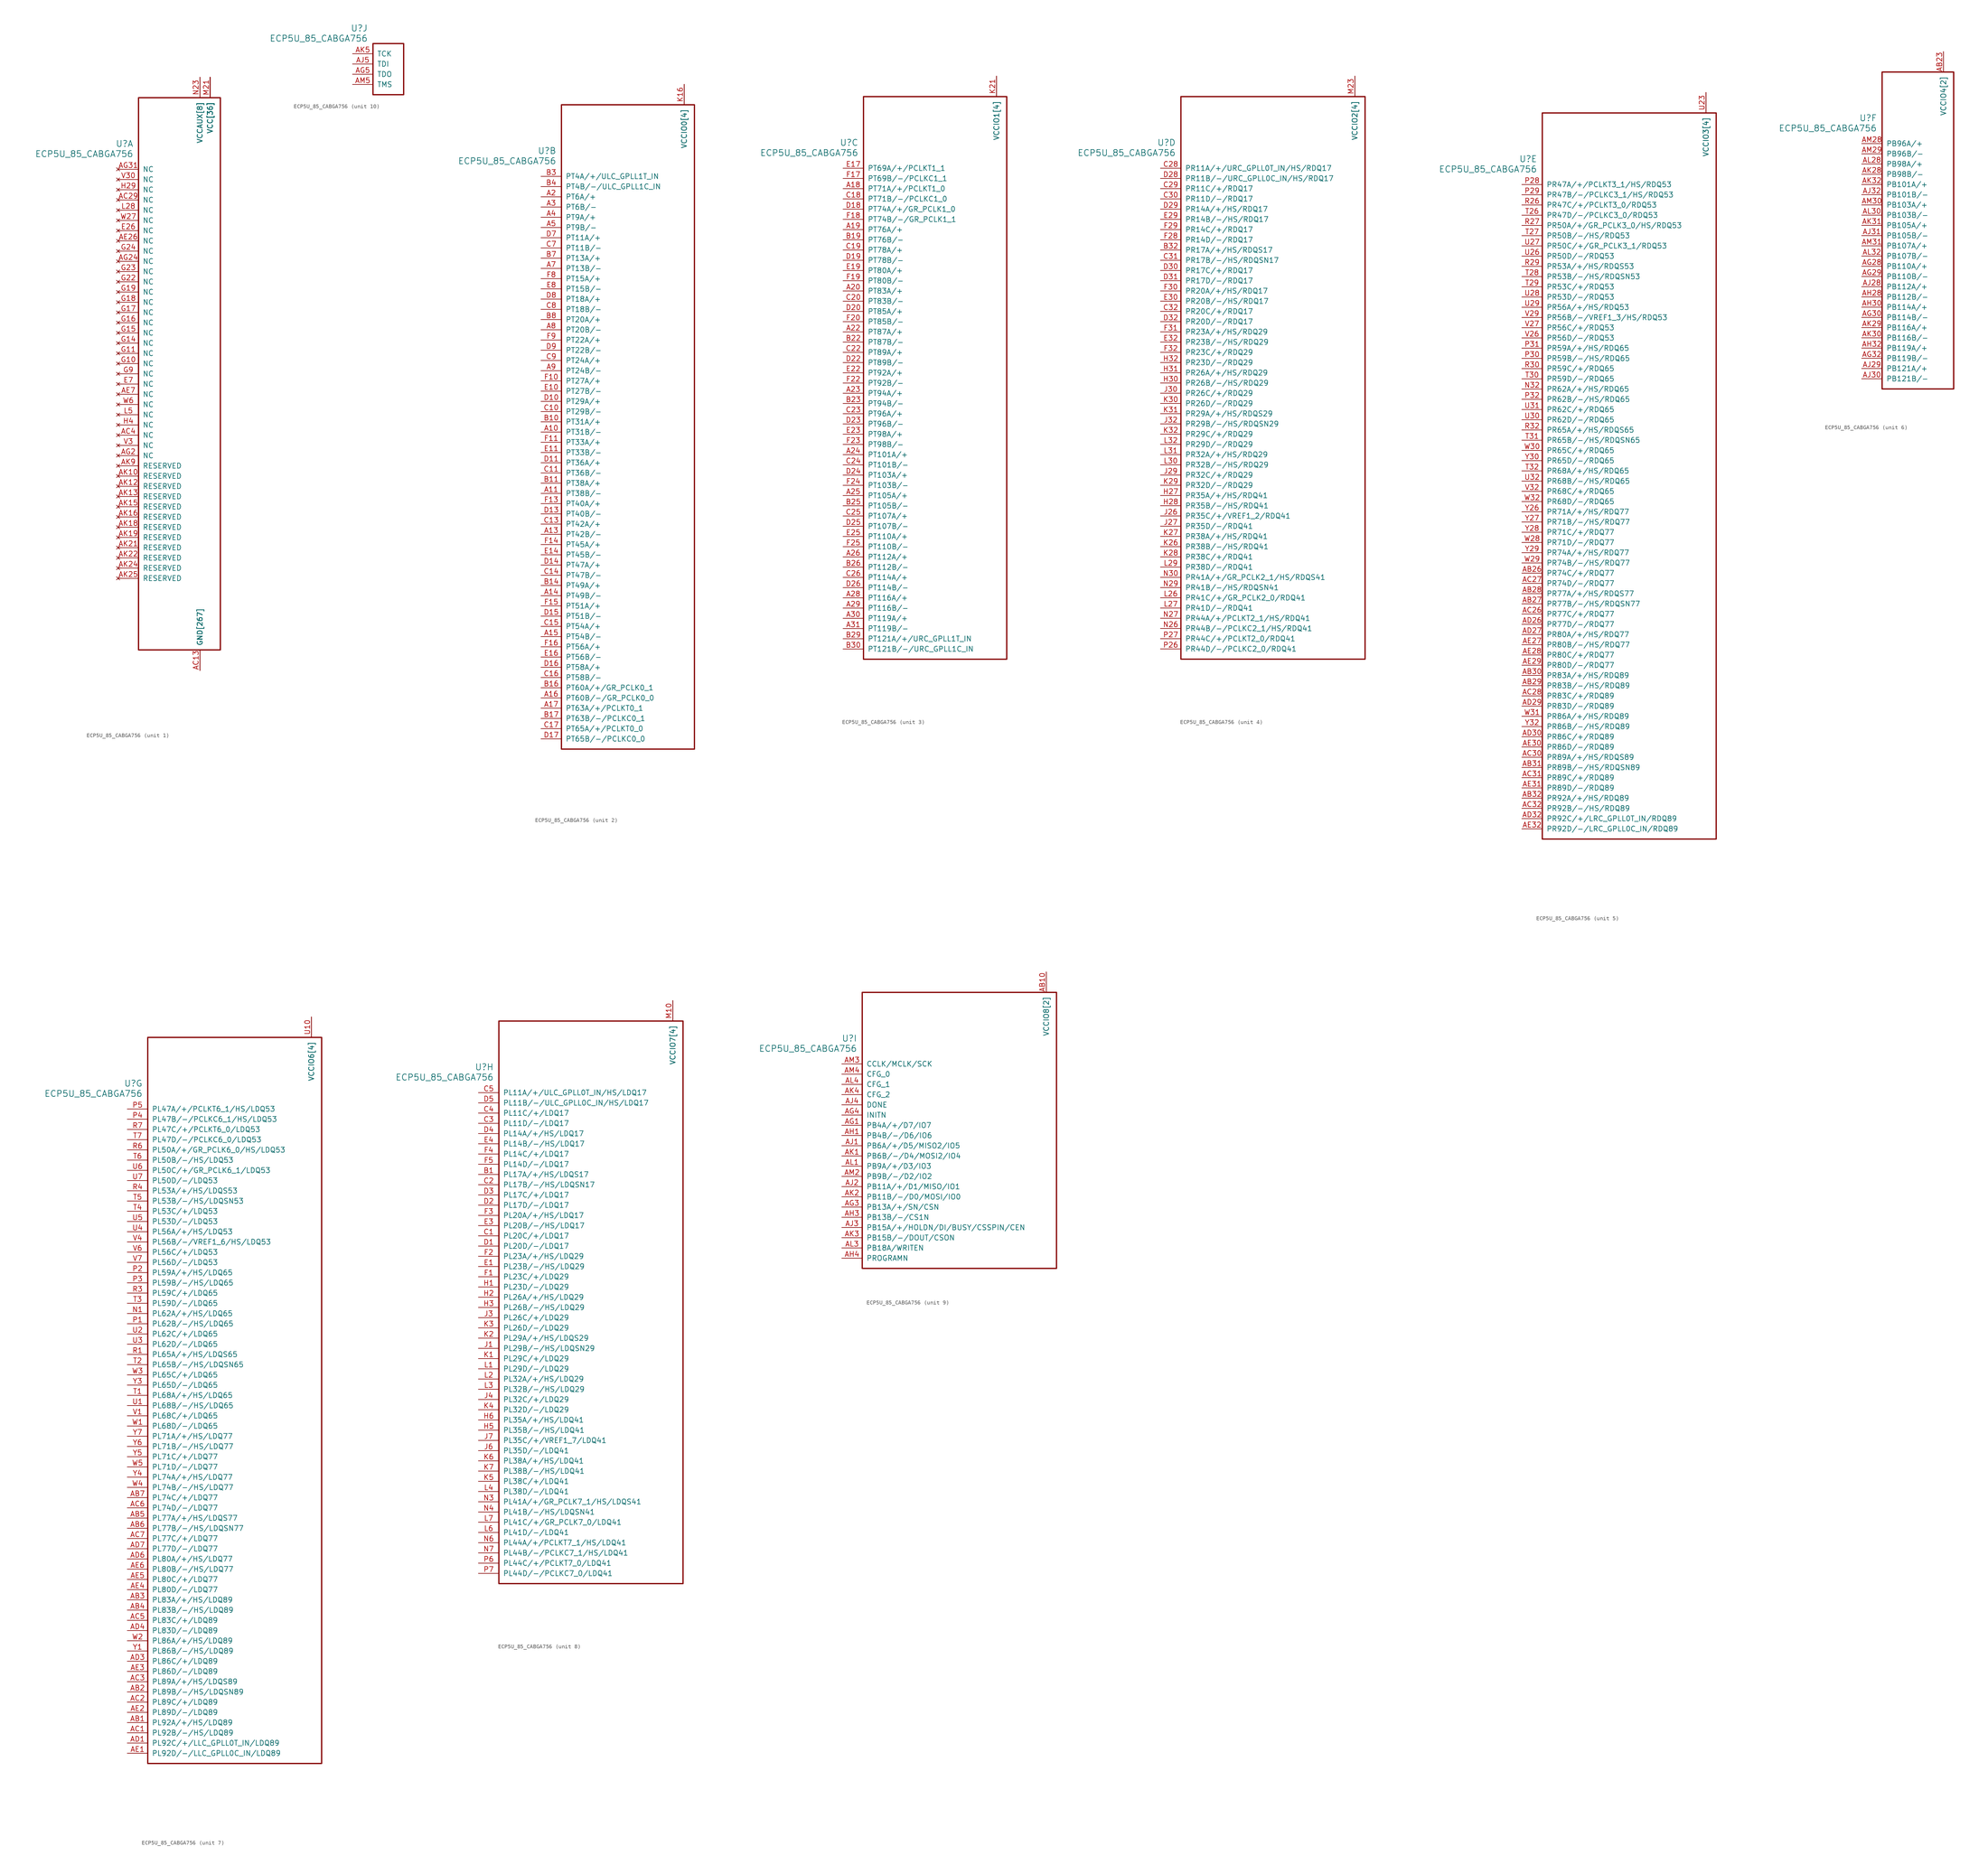
<source format=kicad_sym>
(kicad_symbol_lib
  (version 20231120)
  (generator "kicad_symbol_editor")
  (generator_version "8.0")
  (symbol "ECP5U_85_CABGA756"
    (pin_names
      (offset 1.016))
    (property "Reference" "U"
      (at 3.81 6.35 0)
      (effects (font (size 1.524 1.524)) (justify right)))
    (property "Value" "ECP5U_85_CABGA756"
      (at 3.81 3.81 0)
      (effects (font (size 1.524 1.524)) (justify right)))
    (property "ki_locked" ""
      (at 0 0 0)
      (effects (font (size 1.27 1.27))))
    (symbol "ECP5U_85_CABGA756_1_1"
      (rectangle (start 5.08 17.78) (end 25.4 -119.38) (stroke (width 0.305) (type default)) (fill (type none)))
      (pin power_in line (at 20.32 -124.46 90) (length 5.08) (name "GND[267]" (effects (font (size 1.27 1.27)))) (number "AA11" (effects (font (size 0 0)))))
      (pin power_in line (at 22.86 22.86 270) (length 5.08) (name "VCC[36]" (effects (font (size 1.27 1.27)))) (number "AA12" (effects (font (size 0 0)))))
      (pin power_in line (at 22.86 22.86 270) (length 5.08) (name "VCC[36]" (effects (font (size 1.27 1.27)))) (number "AA13" (effects (font (size 0 0)))))
      (pin power_in line (at 22.86 22.86 270) (length 5.08) (name "VCC[36]" (effects (font (size 1.27 1.27)))) (number "AA14" (effects (font (size 0 0)))))
      (pin power_in line (at 22.86 22.86 270) (length 5.08) (name "VCC[36]" (effects (font (size 1.27 1.27)))) (number "AA15" (effects (font (size 0 0)))))
      (pin power_in line (at 22.86 22.86 270) (length 5.08) (name "VCC[36]" (effects (font (size 1.27 1.27)))) (number "AA16" (effects (font (size 0 0)))))
      (pin power_in line (at 22.86 22.86 270) (length 5.08) (name "VCC[36]" (effects (font (size 1.27 1.27)))) (number "AA17" (effects (font (size 0 0)))))
      (pin power_in line (at 22.86 22.86 270) (length 5.08) (name "VCC[36]" (effects (font (size 1.27 1.27)))) (number "AA18" (effects (font (size 0 0)))))
      (pin power_in line (at 22.86 22.86 270) (length 5.08) (name "VCC[36]" (effects (font (size 1.27 1.27)))) (number "AA19" (effects (font (size 0 0)))))
      (pin power_in line (at 22.86 22.86 270) (length 5.08) (name "VCC[36]" (effects (font (size 1.27 1.27)))) (number "AA20" (effects (font (size 0 0)))))
      (pin power_in line (at 22.86 22.86 270) (length 5.08) (name "VCC[36]" (effects (font (size 1.27 1.27)))) (number "AA21" (effects (font (size 0 0)))))
      (pin power_in line (at 20.32 -124.46 90) (length 5.08) (name "GND[267]" (effects (font (size 1.27 1.27)))) (number "AA22" (effects (font (size 0 0)))))
      (pin power_in line (at 20.32 -124.46 90) (length 5.08) (name "GND[267]" (effects (font (size 1.27 1.27)))) (number "AB11" (effects (font (size 0 0)))))
      (pin power_in line (at 20.32 -124.46 90) (length 5.08) (name "GND[267]" (effects (font (size 1.27 1.27)))) (number "AB12" (effects (font (size 0 0)))))
      (pin power_in line (at 20.32 -124.46 90) (length 5.08) (name "GND[267]" (effects (font (size 1.27 1.27)))) (number "AB13" (effects (font (size 0 0)))))
      (pin power_in line (at 20.32 -124.46 90) (length 5.08) (name "GND[267]" (effects (font (size 1.27 1.27)))) (number "AB14" (effects (font (size 0 0)))))
      (pin power_in line (at 20.32 -124.46 90) (length 5.08) (name "GND[267]" (effects (font (size 1.27 1.27)))) (number "AB15" (effects (font (size 0 0)))))
      (pin power_in line (at 20.32 -124.46 90) (length 5.08) (name "GND[267]" (effects (font (size 1.27 1.27)))) (number "AB16" (effects (font (size 0 0)))))
      (pin power_in line (at 20.32 -124.46 90) (length 5.08) (name "GND[267]" (effects (font (size 1.27 1.27)))) (number "AB17" (effects (font (size 0 0)))))
      (pin power_in line (at 20.32 -124.46 90) (length 5.08) (name "GND[267]" (effects (font (size 1.27 1.27)))) (number "AB18" (effects (font (size 0 0)))))
      (pin power_in line (at 20.32 -124.46 90) (length 5.08) (name "GND[267]" (effects (font (size 1.27 1.27)))) (number "AB19" (effects (font (size 0 0)))))
      (pin power_in line (at 20.32 -124.46 90) (length 5.08) (name "GND[267]" (effects (font (size 1.27 1.27)))) (number "AB20" (effects (font (size 0 0)))))
      (pin power_in line (at 20.32 -124.46 90) (length 5.08) (name "GND[267]" (effects (font (size 1.27 1.27)))) (number "AB21" (effects (font (size 0 0)))))
      (pin power_in line (at 20.32 -124.46 90) (length 5.08) (name "GND[267]" (effects (font (size 1.27 1.27)))) (number "AB22" (effects (font (size 0 0)))))
      (pin power_in line (at 20.32 22.86 270) (length 5.08) (name "VCCAUX[8]" (effects (font (size 1.27 1.27)))) (number "AC11" (effects (font (size 0 0)))))
      (pin power_in line (at 20.32 -124.46 90) (length 5.08) (name "GND[267]" (effects (font (size 1.27 1.27)))) (number "AC12" (effects (font (size 0 0)))))
      (pin power_in line (at 20.32 -124.46 90) (length 5.08) (name "GND[267]" (effects (font (size 1.27 1.27)))) (number "AC13" (effects (font (size 1.27 1.27)))))
      (pin power_in line (at 20.32 -124.46 90) (length 5.08) (name "GND[267]" (effects (font (size 1.27 1.27)))) (number "AC14" (effects (font (size 0 0)))))
      (pin power_in line (at 20.32 -124.46 90) (length 5.08) (name "GND[267]" (effects (font (size 1.27 1.27)))) (number "AC15" (effects (font (size 0 0)))))
      (pin power_in line (at 20.32 -124.46 90) (length 5.08) (name "GND[267]" (effects (font (size 1.27 1.27)))) (number "AC16" (effects (font (size 0 0)))))
      (pin power_in line (at 20.32 -124.46 90) (length 5.08) (name "GND[267]" (effects (font (size 1.27 1.27)))) (number "AC17" (effects (font (size 0 0)))))
      (pin power_in line (at 20.32 -124.46 90) (length 5.08) (name "GND[267]" (effects (font (size 1.27 1.27)))) (number "AC18" (effects (font (size 0 0)))))
      (pin power_in line (at 20.32 -124.46 90) (length 5.08) (name "GND[267]" (effects (font (size 1.27 1.27)))) (number "AC19" (effects (font (size 0 0)))))
      (pin power_in line (at 20.32 -124.46 90) (length 5.08) (name "GND[267]" (effects (font (size 1.27 1.27)))) (number "AC20" (effects (font (size 0 0)))))
      (pin power_in line (at 20.32 -124.46 90) (length 5.08) (name "GND[267]" (effects (font (size 1.27 1.27)))) (number "AC21" (effects (font (size 0 0)))))
      (pin power_in line (at 20.32 22.86 270) (length 5.08) (name "VCCAUX[8]" (effects (font (size 1.27 1.27)))) (number "AC22" (effects (font (size 0 0)))))
      (pin no_connect line (at 0 -7.62 0) (length 5.08) (name "NC" (effects (font (size 1.27 1.27)))) (number "AC29" (effects (font (size 1.27 1.27)))))
      (pin no_connect line (at 0 -66.04 0) (length 5.08) (name "NC" (effects (font (size 1.27 1.27)))) (number "AC4" (effects (font (size 1.27 1.27)))))
      (pin power_in line (at 20.32 -124.46 90) (length 5.08) (name "GND[267]" (effects (font (size 1.27 1.27)))) (number "AD2" (effects (font (size 0 0)))))
      (pin power_in line (at 20.32 -124.46 90) (length 5.08) (name "GND[267]" (effects (font (size 1.27 1.27)))) (number "AD28" (effects (font (size 0 0)))))
      (pin power_in line (at 20.32 -124.46 90) (length 5.08) (name "GND[267]" (effects (font (size 1.27 1.27)))) (number "AD31" (effects (font (size 0 0)))))
      (pin power_in line (at 20.32 -124.46 90) (length 5.08) (name "GND[267]" (effects (font (size 1.27 1.27)))) (number "AD5" (effects (font (size 0 0)))))
      (pin no_connect line (at 0 -17.78 0) (length 5.08) (name "NC" (effects (font (size 1.27 1.27)))) (number "AE26" (effects (font (size 1.27 1.27)))))
      (pin no_connect line (at 0 -55.88 0) (length 5.08) (name "NC" (effects (font (size 1.27 1.27)))) (number "AE7" (effects (font (size 1.27 1.27)))))
      (pin power_in line (at 20.32 -124.46 90) (length 5.08) (name "GND[267]" (effects (font (size 1.27 1.27)))) (number "AF11" (effects (font (size 0 0)))))
      (pin power_in line (at 20.32 -124.46 90) (length 5.08) (name "GND[267]" (effects (font (size 1.27 1.27)))) (number "AF12" (effects (font (size 0 0)))))
      (pin power_in line (at 20.32 -124.46 90) (length 5.08) (name "GND[267]" (effects (font (size 1.27 1.27)))) (number "AF14" (effects (font (size 0 0)))))
      (pin power_in line (at 20.32 -124.46 90) (length 5.08) (name "GND[267]" (effects (font (size 1.27 1.27)))) (number "AF15" (effects (font (size 0 0)))))
      (pin power_in line (at 20.32 -124.46 90) (length 5.08) (name "GND[267]" (effects (font (size 1.27 1.27)))) (number "AF16" (effects (font (size 0 0)))))
      (pin power_in line (at 20.32 -124.46 90) (length 5.08) (name "GND[267]" (effects (font (size 1.27 1.27)))) (number "AF17" (effects (font (size 0 0)))))
      (pin power_in line (at 20.32 -124.46 90) (length 5.08) (name "GND[267]" (effects (font (size 1.27 1.27)))) (number "AF19" (effects (font (size 0 0)))))
      (pin power_in line (at 20.32 -124.46 90) (length 5.08) (name "GND[267]" (effects (font (size 1.27 1.27)))) (number "AF20" (effects (font (size 0 0)))))
      (pin power_in line (at 20.32 -124.46 90) (length 5.08) (name "GND[267]" (effects (font (size 1.27 1.27)))) (number "AF22" (effects (font (size 0 0)))))
      (pin power_in line (at 20.32 -124.46 90) (length 5.08) (name "GND[267]" (effects (font (size 1.27 1.27)))) (number "AF23" (effects (font (size 0 0)))))
      (pin power_in line (at 20.32 -124.46 90) (length 5.08) (name "GND[267]" (effects (font (size 1.27 1.27)))) (number "AG11" (effects (font (size 0 0)))))
      (pin power_in line (at 20.32 -124.46 90) (length 5.08) (name "GND[267]" (effects (font (size 1.27 1.27)))) (number "AG12" (effects (font (size 0 0)))))
      (pin power_in line (at 20.32 -124.46 90) (length 5.08) (name "GND[267]" (effects (font (size 1.27 1.27)))) (number "AG14" (effects (font (size 0 0)))))
      (pin power_in line (at 20.32 -124.46 90) (length 5.08) (name "GND[267]" (effects (font (size 1.27 1.27)))) (number "AG15" (effects (font (size 0 0)))))
      (pin power_in line (at 20.32 -124.46 90) (length 5.08) (name "GND[267]" (effects (font (size 1.27 1.27)))) (number "AG16" (effects (font (size 0 0)))))
      (pin power_in line (at 20.32 -124.46 90) (length 5.08) (name "GND[267]" (effects (font (size 1.27 1.27)))) (number "AG17" (effects (font (size 0 0)))))
      (pin power_in line (at 20.32 -124.46 90) (length 5.08) (name "GND[267]" (effects (font (size 1.27 1.27)))) (number "AG19" (effects (font (size 0 0)))))
      (pin no_connect line (at 0 -71.12 0) (length 5.08) (name "NC" (effects (font (size 1.27 1.27)))) (number "AG2" (effects (font (size 1.27 1.27)))))
      (pin power_in line (at 20.32 -124.46 90) (length 5.08) (name "GND[267]" (effects (font (size 1.27 1.27)))) (number "AG20" (effects (font (size 0 0)))))
      (pin power_in line (at 20.32 -124.46 90) (length 5.08) (name "GND[267]" (effects (font (size 1.27 1.27)))) (number "AG22" (effects (font (size 0 0)))))
      (pin power_in line (at 20.32 -124.46 90) (length 5.08) (name "GND[267]" (effects (font (size 1.27 1.27)))) (number "AG23" (effects (font (size 0 0)))))
      (pin no_connect line (at 0 -22.86 0) (length 5.08) (name "NC" (effects (font (size 1.27 1.27)))) (number "AG24" (effects (font (size 1.27 1.27)))))
      (pin no_connect line (at 0 0 0) (length 5.08) (name "NC" (effects (font (size 1.27 1.27)))) (number "AG31" (effects (font (size 1.27 1.27)))))
      (pin power_in line (at 20.32 -124.46 90) (length 5.08) (name "GND[267]" (effects (font (size 1.27 1.27)))) (number "AG9" (effects (font (size 0 0)))))
      (pin power_in line (at 20.32 -124.46 90) (length 5.08) (name "GND[267]" (effects (font (size 1.27 1.27)))) (number "AH11" (effects (font (size 0 0)))))
      (pin power_in line (at 20.32 -124.46 90) (length 5.08) (name "GND[267]" (effects (font (size 1.27 1.27)))) (number "AH12" (effects (font (size 0 0)))))
      (pin power_in line (at 20.32 -124.46 90) (length 5.08) (name "GND[267]" (effects (font (size 1.27 1.27)))) (number "AH14" (effects (font (size 0 0)))))
      (pin power_in line (at 20.32 -124.46 90) (length 5.08) (name "GND[267]" (effects (font (size 1.27 1.27)))) (number "AH15" (effects (font (size 0 0)))))
      (pin power_in line (at 20.32 -124.46 90) (length 5.08) (name "GND[267]" (effects (font (size 1.27 1.27)))) (number "AH16" (effects (font (size 0 0)))))
      (pin power_in line (at 20.32 -124.46 90) (length 5.08) (name "GND[267]" (effects (font (size 1.27 1.27)))) (number "AH17" (effects (font (size 0 0)))))
      (pin power_in line (at 20.32 -124.46 90) (length 5.08) (name "GND[267]" (effects (font (size 1.27 1.27)))) (number "AH19" (effects (font (size 0 0)))))
      (pin power_in line (at 20.32 -124.46 90) (length 5.08) (name "GND[267]" (effects (font (size 1.27 1.27)))) (number "AH2" (effects (font (size 0 0)))))
      (pin power_in line (at 20.32 -124.46 90) (length 5.08) (name "GND[267]" (effects (font (size 1.27 1.27)))) (number "AH20" (effects (font (size 0 0)))))
      (pin power_in line (at 20.32 -124.46 90) (length 5.08) (name "GND[267]" (effects (font (size 1.27 1.27)))) (number "AH22" (effects (font (size 0 0)))))
      (pin power_in line (at 20.32 -124.46 90) (length 5.08) (name "GND[267]" (effects (font (size 1.27 1.27)))) (number "AH23" (effects (font (size 0 0)))))
      (pin power_in line (at 20.32 -124.46 90) (length 5.08) (name "GND[267]" (effects (font (size 1.27 1.27)))) (number "AH24" (effects (font (size 0 0)))))
      (pin power_in line (at 20.32 -124.46 90) (length 5.08) (name "GND[267]" (effects (font (size 1.27 1.27)))) (number "AH25" (effects (font (size 0 0)))))
      (pin power_in line (at 20.32 -124.46 90) (length 5.08) (name "GND[267]" (effects (font (size 1.27 1.27)))) (number "AH26" (effects (font (size 0 0)))))
      (pin power_in line (at 20.32 -124.46 90) (length 5.08) (name "GND[267]" (effects (font (size 1.27 1.27)))) (number "AH29" (effects (font (size 0 0)))))
      (pin power_in line (at 20.32 -124.46 90) (length 5.08) (name "GND[267]" (effects (font (size 1.27 1.27)))) (number "AH31" (effects (font (size 0 0)))))
      (pin power_in line (at 20.32 -124.46 90) (length 5.08) (name "GND[267]" (effects (font (size 1.27 1.27)))) (number "AH5" (effects (font (size 0 0)))))
      (pin power_in line (at 20.32 -124.46 90) (length 5.08) (name "GND[267]" (effects (font (size 1.27 1.27)))) (number "AH7" (effects (font (size 0 0)))))
      (pin power_in line (at 20.32 -124.46 90) (length 5.08) (name "GND[267]" (effects (font (size 1.27 1.27)))) (number "AH8" (effects (font (size 0 0)))))
      (pin power_in line (at 20.32 -124.46 90) (length 5.08) (name "GND[267]" (effects (font (size 1.27 1.27)))) (number "AH9" (effects (font (size 0 0)))))
      (pin power_in line (at 20.32 -124.46 90) (length 5.08) (name "GND[267]" (effects (font (size 1.27 1.27)))) (number "AJ10" (effects (font (size 0 0)))))
      (pin power_in line (at 20.32 -124.46 90) (length 5.08) (name "GND[267]" (effects (font (size 1.27 1.27)))) (number "AJ11" (effects (font (size 0 0)))))
      (pin power_in line (at 20.32 -124.46 90) (length 5.08) (name "GND[267]" (effects (font (size 1.27 1.27)))) (number "AJ12" (effects (font (size 0 0)))))
      (pin power_in line (at 20.32 -124.46 90) (length 5.08) (name "GND[267]" (effects (font (size 1.27 1.27)))) (number "AJ13" (effects (font (size 0 0)))))
      (pin power_in line (at 20.32 -124.46 90) (length 5.08) (name "GND[267]" (effects (font (size 1.27 1.27)))) (number "AJ14" (effects (font (size 0 0)))))
      (pin power_in line (at 20.32 -124.46 90) (length 5.08) (name "GND[267]" (effects (font (size 1.27 1.27)))) (number "AJ15" (effects (font (size 0 0)))))
      (pin power_in line (at 20.32 -124.46 90) (length 5.08) (name "GND[267]" (effects (font (size 1.27 1.27)))) (number "AJ16" (effects (font (size 0 0)))))
      (pin power_in line (at 20.32 -124.46 90) (length 5.08) (name "GND[267]" (effects (font (size 1.27 1.27)))) (number "AJ17" (effects (font (size 0 0)))))
      (pin power_in line (at 20.32 -124.46 90) (length 5.08) (name "GND[267]" (effects (font (size 1.27 1.27)))) (number "AJ18" (effects (font (size 0 0)))))
      (pin power_in line (at 20.32 -124.46 90) (length 5.08) (name "GND[267]" (effects (font (size 1.27 1.27)))) (number "AJ19" (effects (font (size 0 0)))))
      (pin power_in line (at 20.32 -124.46 90) (length 5.08) (name "GND[267]" (effects (font (size 1.27 1.27)))) (number "AJ20" (effects (font (size 0 0)))))
      (pin power_in line (at 20.32 -124.46 90) (length 5.08) (name "GND[267]" (effects (font (size 1.27 1.27)))) (number "AJ21" (effects (font (size 0 0)))))
      (pin power_in line (at 20.32 -124.46 90) (length 5.08) (name "GND[267]" (effects (font (size 1.27 1.27)))) (number "AJ22" (effects (font (size 0 0)))))
      (pin power_in line (at 20.32 -124.46 90) (length 5.08) (name "GND[267]" (effects (font (size 1.27 1.27)))) (number "AJ23" (effects (font (size 0 0)))))
      (pin power_in line (at 20.32 -124.46 90) (length 5.08) (name "GND[267]" (effects (font (size 1.27 1.27)))) (number "AJ24" (effects (font (size 0 0)))))
      (pin power_in line (at 20.32 -124.46 90) (length 5.08) (name "GND[267]" (effects (font (size 1.27 1.27)))) (number "AJ25" (effects (font (size 0 0)))))
      (pin power_in line (at 20.32 -124.46 90) (length 5.08) (name "GND[267]" (effects (font (size 1.27 1.27)))) (number "AJ26" (effects (font (size 0 0)))))
      (pin power_in line (at 20.32 -124.46 90) (length 5.08) (name "GND[267]" (effects (font (size 1.27 1.27)))) (number "AJ7" (effects (font (size 0 0)))))
      (pin power_in line (at 20.32 -124.46 90) (length 5.08) (name "GND[267]" (effects (font (size 1.27 1.27)))) (number "AJ8" (effects (font (size 0 0)))))
      (pin power_in line (at 20.32 -124.46 90) (length 5.08) (name "GND[267]" (effects (font (size 1.27 1.27)))) (number "AJ9" (effects (font (size 0 0)))))
      (pin no_connect line (at 0 -76.2 0) (length 5.08) (name "RESERVED" (effects (font (size 1.27 1.27)))) (number "AK10" (effects (font (size 1.27 1.27)))))
      (pin power_in line (at 20.32 -124.46 90) (length 5.08) (name "GND[267]" (effects (font (size 1.27 1.27)))) (number "AK11" (effects (font (size 0 0)))))
      (pin no_connect line (at 0 -78.74 0) (length 5.08) (name "RESERVED" (effects (font (size 1.27 1.27)))) (number "AK12" (effects (font (size 1.27 1.27)))))
      (pin no_connect line (at 0 -81.28 0) (length 5.08) (name "RESERVED" (effects (font (size 1.27 1.27)))) (number "AK13" (effects (font (size 1.27 1.27)))))
      (pin power_in line (at 20.32 -124.46 90) (length 5.08) (name "GND[267]" (effects (font (size 1.27 1.27)))) (number "AK14" (effects (font (size 0 0)))))
      (pin no_connect line (at 0 -83.82 0) (length 5.08) (name "RESERVED" (effects (font (size 1.27 1.27)))) (number "AK15" (effects (font (size 1.27 1.27)))))
      (pin no_connect line (at 0 -86.36 0) (length 5.08) (name "RESERVED" (effects (font (size 1.27 1.27)))) (number "AK16" (effects (font (size 1.27 1.27)))))
      (pin power_in line (at 20.32 -124.46 90) (length 5.08) (name "GND[267]" (effects (font (size 1.27 1.27)))) (number "AK17" (effects (font (size 0 0)))))
      (pin no_connect line (at 0 -88.9 0) (length 5.08) (name "RESERVED" (effects (font (size 1.27 1.27)))) (number "AK18" (effects (font (size 1.27 1.27)))))
      (pin no_connect line (at 0 -91.44 0) (length 5.08) (name "RESERVED" (effects (font (size 1.27 1.27)))) (number "AK19" (effects (font (size 1.27 1.27)))))
      (pin power_in line (at 20.32 -124.46 90) (length 5.08) (name "GND[267]" (effects (font (size 1.27 1.27)))) (number "AK20" (effects (font (size 0 0)))))
      (pin no_connect line (at 0 -93.98 0) (length 5.08) (name "RESERVED" (effects (font (size 1.27 1.27)))) (number "AK21" (effects (font (size 1.27 1.27)))))
      (pin no_connect line (at 0 -96.52 0) (length 5.08) (name "RESERVED" (effects (font (size 1.27 1.27)))) (number "AK22" (effects (font (size 1.27 1.27)))))
      (pin power_in line (at 20.32 -124.46 90) (length 5.08) (name "GND[267]" (effects (font (size 1.27 1.27)))) (number "AK23" (effects (font (size 0 0)))))
      (pin no_connect line (at 0 -99.06 0) (length 5.08) (name "RESERVED" (effects (font (size 1.27 1.27)))) (number "AK24" (effects (font (size 1.27 1.27)))))
      (pin no_connect line (at 0 -101.6 0) (length 5.08) (name "RESERVED" (effects (font (size 1.27 1.27)))) (number "AK25" (effects (font (size 1.27 1.27)))))
      (pin power_in line (at 20.32 -124.46 90) (length 5.08) (name "GND[267]" (effects (font (size 1.27 1.27)))) (number "AK26" (effects (font (size 0 0)))))
      (pin power_in line (at 20.32 -124.46 90) (length 5.08) (name "GND[267]" (effects (font (size 1.27 1.27)))) (number "AK7" (effects (font (size 0 0)))))
      (pin power_in line (at 20.32 -124.46 90) (length 5.08) (name "GND[267]" (effects (font (size 1.27 1.27)))) (number "AK8" (effects (font (size 0 0)))))
      (pin no_connect line (at 0 -73.66 0) (length 5.08) (name "RESERVED" (effects (font (size 1.27 1.27)))) (number "AK9" (effects (font (size 1.27 1.27)))))
      (pin power_in line (at 20.32 -124.46 90) (length 5.08) (name "GND[267]" (effects (font (size 1.27 1.27)))) (number "AL11" (effects (font (size 0 0)))))
      (pin power_in line (at 20.32 -124.46 90) (length 5.08) (name "GND[267]" (effects (font (size 1.27 1.27)))) (number "AL12" (effects (font (size 0 0)))))
      (pin power_in line (at 20.32 -124.46 90) (length 5.08) (name "GND[267]" (effects (font (size 1.27 1.27)))) (number "AL14" (effects (font (size 0 0)))))
      (pin power_in line (at 20.32 -124.46 90) (length 5.08) (name "GND[267]" (effects (font (size 1.27 1.27)))) (number "AL15" (effects (font (size 0 0)))))
      (pin power_in line (at 20.32 -124.46 90) (length 5.08) (name "GND[267]" (effects (font (size 1.27 1.27)))) (number "AL17" (effects (font (size 0 0)))))
      (pin power_in line (at 20.32 -124.46 90) (length 5.08) (name "GND[267]" (effects (font (size 1.27 1.27)))) (number "AL18" (effects (font (size 0 0)))))
      (pin power_in line (at 20.32 -124.46 90) (length 5.08) (name "GND[267]" (effects (font (size 1.27 1.27)))) (number "AL2" (effects (font (size 0 0)))))
      (pin power_in line (at 20.32 -124.46 90) (length 5.08) (name "GND[267]" (effects (font (size 1.27 1.27)))) (number "AL20" (effects (font (size 0 0)))))
      (pin power_in line (at 20.32 -124.46 90) (length 5.08) (name "GND[267]" (effects (font (size 1.27 1.27)))) (number "AL21" (effects (font (size 0 0)))))
      (pin power_in line (at 20.32 -124.46 90) (length 5.08) (name "GND[267]" (effects (font (size 1.27 1.27)))) (number "AL23" (effects (font (size 0 0)))))
      (pin power_in line (at 20.32 -124.46 90) (length 5.08) (name "GND[267]" (effects (font (size 1.27 1.27)))) (number "AL24" (effects (font (size 0 0)))))
      (pin power_in line (at 20.32 -124.46 90) (length 5.08) (name "GND[267]" (effects (font (size 1.27 1.27)))) (number "AL26" (effects (font (size 0 0)))))
      (pin power_in line (at 20.32 -124.46 90) (length 5.08) (name "GND[267]" (effects (font (size 1.27 1.27)))) (number "AL29" (effects (font (size 0 0)))))
      (pin power_in line (at 20.32 -124.46 90) (length 5.08) (name "GND[267]" (effects (font (size 1.27 1.27)))) (number "AL31" (effects (font (size 0 0)))))
      (pin power_in line (at 20.32 -124.46 90) (length 5.08) (name "GND[267]" (effects (font (size 1.27 1.27)))) (number "AL5" (effects (font (size 0 0)))))
      (pin power_in line (at 20.32 -124.46 90) (length 5.08) (name "GND[267]" (effects (font (size 1.27 1.27)))) (number "AL7" (effects (font (size 0 0)))))
      (pin power_in line (at 20.32 -124.46 90) (length 5.08) (name "GND[267]" (effects (font (size 1.27 1.27)))) (number "AL8" (effects (font (size 0 0)))))
      (pin power_in line (at 20.32 -124.46 90) (length 5.08) (name "GND[267]" (effects (font (size 1.27 1.27)))) (number "AL9" (effects (font (size 0 0)))))
      (pin power_in line (at 20.32 -124.46 90) (length 5.08) (name "GND[267]" (effects (font (size 1.27 1.27)))) (number "AM11" (effects (font (size 0 0)))))
      (pin power_in line (at 20.32 -124.46 90) (length 5.08) (name "GND[267]" (effects (font (size 1.27 1.27)))) (number "AM12" (effects (font (size 0 0)))))
      (pin power_in line (at 20.32 -124.46 90) (length 5.08) (name "GND[267]" (effects (font (size 1.27 1.27)))) (number "AM14" (effects (font (size 0 0)))))
      (pin power_in line (at 20.32 -124.46 90) (length 5.08) (name "GND[267]" (effects (font (size 1.27 1.27)))) (number "AM15" (effects (font (size 0 0)))))
      (pin power_in line (at 20.32 -124.46 90) (length 5.08) (name "GND[267]" (effects (font (size 1.27 1.27)))) (number "AM17" (effects (font (size 0 0)))))
      (pin power_in line (at 20.32 -124.46 90) (length 5.08) (name "GND[267]" (effects (font (size 1.27 1.27)))) (number "AM18" (effects (font (size 0 0)))))
      (pin power_in line (at 20.32 -124.46 90) (length 5.08) (name "GND[267]" (effects (font (size 1.27 1.27)))) (number "AM20" (effects (font (size 0 0)))))
      (pin power_in line (at 20.32 -124.46 90) (length 5.08) (name "GND[267]" (effects (font (size 1.27 1.27)))) (number "AM21" (effects (font (size 0 0)))))
      (pin power_in line (at 20.32 -124.46 90) (length 5.08) (name "GND[267]" (effects (font (size 1.27 1.27)))) (number "AM23" (effects (font (size 0 0)))))
      (pin power_in line (at 20.32 -124.46 90) (length 5.08) (name "GND[267]" (effects (font (size 1.27 1.27)))) (number "AM24" (effects (font (size 0 0)))))
      (pin power_in line (at 20.32 -124.46 90) (length 5.08) (name "GND[267]" (effects (font (size 1.27 1.27)))) (number "AM26" (effects (font (size 0 0)))))
      (pin power_in line (at 20.32 -124.46 90) (length 5.08) (name "GND[267]" (effects (font (size 1.27 1.27)))) (number "AM7" (effects (font (size 0 0)))))
      (pin power_in line (at 20.32 -124.46 90) (length 5.08) (name "GND[267]" (effects (font (size 1.27 1.27)))) (number "AM8" (effects (font (size 0 0)))))
      (pin power_in line (at 20.32 -124.46 90) (length 5.08) (name "GND[267]" (effects (font (size 1.27 1.27)))) (number "AM9" (effects (font (size 0 0)))))
      (pin power_in line (at 20.32 -124.46 90) (length 5.08) (name "GND[267]" (effects (font (size 1.27 1.27)))) (number "B13" (effects (font (size 0 0)))))
      (pin power_in line (at 20.32 -124.46 90) (length 5.08) (name "GND[267]" (effects (font (size 1.27 1.27)))) (number "B15" (effects (font (size 0 0)))))
      (pin power_in line (at 20.32 -124.46 90) (length 5.08) (name "GND[267]" (effects (font (size 1.27 1.27)))) (number "B18" (effects (font (size 0 0)))))
      (pin power_in line (at 20.32 -124.46 90) (length 5.08) (name "GND[267]" (effects (font (size 1.27 1.27)))) (number "B2" (effects (font (size 0 0)))))
      (pin power_in line (at 20.32 -124.46 90) (length 5.08) (name "GND[267]" (effects (font (size 1.27 1.27)))) (number "B20" (effects (font (size 0 0)))))
      (pin power_in line (at 20.32 -124.46 90) (length 5.08) (name "GND[267]" (effects (font (size 1.27 1.27)))) (number "B24" (effects (font (size 0 0)))))
      (pin power_in line (at 20.32 -124.46 90) (length 5.08) (name "GND[267]" (effects (font (size 1.27 1.27)))) (number "B28" (effects (font (size 0 0)))))
      (pin power_in line (at 20.32 -124.46 90) (length 5.08) (name "GND[267]" (effects (font (size 1.27 1.27)))) (number "B31" (effects (font (size 0 0)))))
      (pin power_in line (at 20.32 -124.46 90) (length 5.08) (name "GND[267]" (effects (font (size 1.27 1.27)))) (number "B5" (effects (font (size 0 0)))))
      (pin power_in line (at 20.32 -124.46 90) (length 5.08) (name "GND[267]" (effects (font (size 1.27 1.27)))) (number "B9" (effects (font (size 0 0)))))
      (pin power_in line (at 20.32 -124.46 90) (length 5.08) (name "GND[267]" (effects (font (size 1.27 1.27)))) (number "E13" (effects (font (size 0 0)))))
      (pin power_in line (at 20.32 -124.46 90) (length 5.08) (name "GND[267]" (effects (font (size 1.27 1.27)))) (number "E15" (effects (font (size 0 0)))))
      (pin power_in line (at 20.32 -124.46 90) (length 5.08) (name "GND[267]" (effects (font (size 1.27 1.27)))) (number "E18" (effects (font (size 0 0)))))
      (pin power_in line (at 20.32 -124.46 90) (length 5.08) (name "GND[267]" (effects (font (size 1.27 1.27)))) (number "E2" (effects (font (size 0 0)))))
      (pin power_in line (at 20.32 -124.46 90) (length 5.08) (name "GND[267]" (effects (font (size 1.27 1.27)))) (number "E20" (effects (font (size 0 0)))))
      (pin power_in line (at 20.32 -124.46 90) (length 5.08) (name "GND[267]" (effects (font (size 1.27 1.27)))) (number "E24" (effects (font (size 0 0)))))
      (pin no_connect line (at 0 -15.24 0) (length 5.08) (name "NC" (effects (font (size 1.27 1.27)))) (number "E26" (effects (font (size 1.27 1.27)))))
      (pin power_in line (at 20.32 -124.46 90) (length 5.08) (name "GND[267]" (effects (font (size 1.27 1.27)))) (number "E28" (effects (font (size 0 0)))))
      (pin power_in line (at 20.32 -124.46 90) (length 5.08) (name "GND[267]" (effects (font (size 1.27 1.27)))) (number "E31" (effects (font (size 0 0)))))
      (pin power_in line (at 20.32 -124.46 90) (length 5.08) (name "GND[267]" (effects (font (size 1.27 1.27)))) (number "E5" (effects (font (size 0 0)))))
      (pin no_connect line (at 0 -53.34 0) (length 5.08) (name "NC" (effects (font (size 1.27 1.27)))) (number "E7" (effects (font (size 1.27 1.27)))))
      (pin power_in line (at 20.32 -124.46 90) (length 5.08) (name "GND[267]" (effects (font (size 1.27 1.27)))) (number "E9" (effects (font (size 0 0)))))
      (pin no_connect line (at 0 -48.26 0) (length 5.08) (name "NC" (effects (font (size 1.27 1.27)))) (number "G10" (effects (font (size 1.27 1.27)))))
      (pin no_connect line (at 0 -45.72 0) (length 5.08) (name "NC" (effects (font (size 1.27 1.27)))) (number "G11" (effects (font (size 1.27 1.27)))))
      (pin no_connect line (at 0 -43.18 0) (length 5.08) (name "NC" (effects (font (size 1.27 1.27)))) (number "G14" (effects (font (size 1.27 1.27)))))
      (pin no_connect line (at 0 -40.64 0) (length 5.08) (name "NC" (effects (font (size 1.27 1.27)))) (number "G15" (effects (font (size 1.27 1.27)))))
      (pin no_connect line (at 0 -38.1 0) (length 5.08) (name "NC" (effects (font (size 1.27 1.27)))) (number "G16" (effects (font (size 1.27 1.27)))))
      (pin no_connect line (at 0 -35.56 0) (length 5.08) (name "NC" (effects (font (size 1.27 1.27)))) (number "G17" (effects (font (size 1.27 1.27)))))
      (pin no_connect line (at 0 -33.02 0) (length 5.08) (name "NC" (effects (font (size 1.27 1.27)))) (number "G18" (effects (font (size 1.27 1.27)))))
      (pin no_connect line (at 0 -30.48 0) (length 5.08) (name "NC" (effects (font (size 1.27 1.27)))) (number "G19" (effects (font (size 1.27 1.27)))))
      (pin no_connect line (at 0 -27.94 0) (length 5.08) (name "NC" (effects (font (size 1.27 1.27)))) (number "G22" (effects (font (size 1.27 1.27)))))
      (pin no_connect line (at 0 -25.4 0) (length 5.08) (name "NC" (effects (font (size 1.27 1.27)))) (number "G23" (effects (font (size 1.27 1.27)))))
      (pin no_connect line (at 0 -20.32 0) (length 5.08) (name "NC" (effects (font (size 1.27 1.27)))) (number "G24" (effects (font (size 1.27 1.27)))))
      (pin no_connect line (at 0 -50.8 0) (length 5.08) (name "NC" (effects (font (size 1.27 1.27)))) (number "G9" (effects (font (size 1.27 1.27)))))
      (pin no_connect line (at 0 -5.08 0) (length 5.08) (name "NC" (effects (font (size 1.27 1.27)))) (number "H29" (effects (font (size 1.27 1.27)))))
      (pin no_connect line (at 0 -63.5 0) (length 5.08) (name "NC" (effects (font (size 1.27 1.27)))) (number "H4" (effects (font (size 1.27 1.27)))))
      (pin power_in line (at 20.32 -124.46 90) (length 5.08) (name "GND[267]" (effects (font (size 1.27 1.27)))) (number "J2" (effects (font (size 0 0)))))
      (pin power_in line (at 20.32 -124.46 90) (length 5.08) (name "GND[267]" (effects (font (size 1.27 1.27)))) (number "J28" (effects (font (size 0 0)))))
      (pin power_in line (at 20.32 -124.46 90) (length 5.08) (name "GND[267]" (effects (font (size 1.27 1.27)))) (number "J31" (effects (font (size 0 0)))))
      (pin power_in line (at 20.32 -124.46 90) (length 5.08) (name "GND[267]" (effects (font (size 1.27 1.27)))) (number "J5" (effects (font (size 0 0)))))
      (pin power_in line (at 20.32 -124.46 90) (length 5.08) (name "GND[267]" (effects (font (size 1.27 1.27)))) (number "K10" (effects (font (size 0 0)))))
      (pin power_in line (at 20.32 -124.46 90) (length 5.08) (name "GND[267]" (effects (font (size 1.27 1.27)))) (number "K11" (effects (font (size 0 0)))))
      (pin power_in line (at 20.32 22.86 270) (length 5.08) (name "VCCAUX[8]" (effects (font (size 1.27 1.27)))) (number "K13" (effects (font (size 0 0)))))
      (pin power_in line (at 20.32 22.86 270) (length 5.08) (name "VCCAUX[8]" (effects (font (size 1.27 1.27)))) (number "K20" (effects (font (size 0 0)))))
      (pin power_in line (at 20.32 -124.46 90) (length 5.08) (name "GND[267]" (effects (font (size 1.27 1.27)))) (number "K22" (effects (font (size 0 0)))))
      (pin power_in line (at 20.32 -124.46 90) (length 5.08) (name "GND[267]" (effects (font (size 1.27 1.27)))) (number "K23" (effects (font (size 0 0)))))
      (pin power_in line (at 20.32 -124.46 90) (length 5.08) (name "GND[267]" (effects (font (size 1.27 1.27)))) (number "L10" (effects (font (size 0 0)))))
      (pin power_in line (at 20.32 -124.46 90) (length 5.08) (name "GND[267]" (effects (font (size 1.27 1.27)))) (number "L11" (effects (font (size 0 0)))))
      (pin power_in line (at 20.32 -124.46 90) (length 5.08) (name "GND[267]" (effects (font (size 1.27 1.27)))) (number "L12" (effects (font (size 0 0)))))
      (pin power_in line (at 20.32 -124.46 90) (length 5.08) (name "GND[267]" (effects (font (size 1.27 1.27)))) (number "L13" (effects (font (size 0 0)))))
      (pin power_in line (at 20.32 -124.46 90) (length 5.08) (name "GND[267]" (effects (font (size 1.27 1.27)))) (number "L14" (effects (font (size 0 0)))))
      (pin power_in line (at 20.32 -124.46 90) (length 5.08) (name "GND[267]" (effects (font (size 1.27 1.27)))) (number "L15" (effects (font (size 0 0)))))
      (pin power_in line (at 20.32 -124.46 90) (length 5.08) (name "GND[267]" (effects (font (size 1.27 1.27)))) (number "L16" (effects (font (size 0 0)))))
      (pin power_in line (at 20.32 -124.46 90) (length 5.08) (name "GND[267]" (effects (font (size 1.27 1.27)))) (number "L17" (effects (font (size 0 0)))))
      (pin power_in line (at 20.32 -124.46 90) (length 5.08) (name "GND[267]" (effects (font (size 1.27 1.27)))) (number "L18" (effects (font (size 0 0)))))
      (pin power_in line (at 20.32 -124.46 90) (length 5.08) (name "GND[267]" (effects (font (size 1.27 1.27)))) (number "L19" (effects (font (size 0 0)))))
      (pin power_in line (at 20.32 -124.46 90) (length 5.08) (name "GND[267]" (effects (font (size 1.27 1.27)))) (number "L20" (effects (font (size 0 0)))))
      (pin power_in line (at 20.32 -124.46 90) (length 5.08) (name "GND[267]" (effects (font (size 1.27 1.27)))) (number "L21" (effects (font (size 0 0)))))
      (pin power_in line (at 20.32 -124.46 90) (length 5.08) (name "GND[267]" (effects (font (size 1.27 1.27)))) (number "L22" (effects (font (size 0 0)))))
      (pin power_in line (at 20.32 -124.46 90) (length 5.08) (name "GND[267]" (effects (font (size 1.27 1.27)))) (number "L23" (effects (font (size 0 0)))))
      (pin no_connect line (at 0 -10.16 0) (length 5.08) (name "NC" (effects (font (size 1.27 1.27)))) (number "L28" (effects (font (size 1.27 1.27)))))
      (pin no_connect line (at 0 -60.96 0) (length 5.08) (name "NC" (effects (font (size 1.27 1.27)))) (number "L5" (effects (font (size 1.27 1.27)))))
      (pin power_in line (at 20.32 -124.46 90) (length 5.08) (name "GND[267]" (effects (font (size 1.27 1.27)))) (number "M11" (effects (font (size 0 0)))))
      (pin power_in line (at 22.86 22.86 270) (length 5.08) (name "VCC[36]" (effects (font (size 1.27 1.27)))) (number "M12" (effects (font (size 0 0)))))
      (pin power_in line (at 22.86 22.86 270) (length 5.08) (name "VCC[36]" (effects (font (size 1.27 1.27)))) (number "M13" (effects (font (size 0 0)))))
      (pin power_in line (at 22.86 22.86 270) (length 5.08) (name "VCC[36]" (effects (font (size 1.27 1.27)))) (number "M14" (effects (font (size 0 0)))))
      (pin power_in line (at 22.86 22.86 270) (length 5.08) (name "VCC[36]" (effects (font (size 1.27 1.27)))) (number "M15" (effects (font (size 0 0)))))
      (pin power_in line (at 22.86 22.86 270) (length 5.08) (name "VCC[36]" (effects (font (size 1.27 1.27)))) (number "M16" (effects (font (size 0 0)))))
      (pin power_in line (at 22.86 22.86 270) (length 5.08) (name "VCC[36]" (effects (font (size 1.27 1.27)))) (number "M17" (effects (font (size 0 0)))))
      (pin power_in line (at 22.86 22.86 270) (length 5.08) (name "VCC[36]" (effects (font (size 1.27 1.27)))) (number "M18" (effects (font (size 0 0)))))
      (pin power_in line (at 22.86 22.86 270) (length 5.08) (name "VCC[36]" (effects (font (size 1.27 1.27)))) (number "M19" (effects (font (size 0 0)))))
      (pin power_in line (at 22.86 22.86 270) (length 5.08) (name "VCC[36]" (effects (font (size 1.27 1.27)))) (number "M20" (effects (font (size 0 0)))))
      (pin power_in line (at 22.86 22.86 270) (length 5.08) (name "VCC[36]" (effects (font (size 1.27 1.27)))) (number "M21" (effects (font (size 1.27 1.27)))))
      (pin power_in line (at 20.32 -124.46 90) (length 5.08) (name "GND[267]" (effects (font (size 1.27 1.27)))) (number "M22" (effects (font (size 0 0)))))
      (pin power_in line (at 20.32 22.86 270) (length 5.08) (name "VCCAUX[8]" (effects (font (size 1.27 1.27)))) (number "N10" (effects (font (size 0 0)))))
      (pin power_in line (at 20.32 -124.46 90) (length 5.08) (name "GND[267]" (effects (font (size 1.27 1.27)))) (number "N11" (effects (font (size 0 0)))))
      (pin power_in line (at 22.86 22.86 270) (length 5.08) (name "VCC[36]" (effects (font (size 1.27 1.27)))) (number "N12" (effects (font (size 0 0)))))
      (pin power_in line (at 20.32 -124.46 90) (length 5.08) (name "GND[267]" (effects (font (size 1.27 1.27)))) (number "N13" (effects (font (size 0 0)))))
      (pin power_in line (at 20.32 -124.46 90) (length 5.08) (name "GND[267]" (effects (font (size 1.27 1.27)))) (number "N14" (effects (font (size 0 0)))))
      (pin power_in line (at 20.32 -124.46 90) (length 5.08) (name "GND[267]" (effects (font (size 1.27 1.27)))) (number "N15" (effects (font (size 0 0)))))
      (pin power_in line (at 20.32 -124.46 90) (length 5.08) (name "GND[267]" (effects (font (size 1.27 1.27)))) (number "N16" (effects (font (size 0 0)))))
      (pin power_in line (at 20.32 -124.46 90) (length 5.08) (name "GND[267]" (effects (font (size 1.27 1.27)))) (number "N17" (effects (font (size 0 0)))))
      (pin power_in line (at 20.32 -124.46 90) (length 5.08) (name "GND[267]" (effects (font (size 1.27 1.27)))) (number "N18" (effects (font (size 0 0)))))
      (pin power_in line (at 20.32 -124.46 90) (length 5.08) (name "GND[267]" (effects (font (size 1.27 1.27)))) (number "N19" (effects (font (size 0 0)))))
      (pin power_in line (at 20.32 -124.46 90) (length 5.08) (name "GND[267]" (effects (font (size 1.27 1.27)))) (number "N2" (effects (font (size 0 0)))))
      (pin power_in line (at 20.32 -124.46 90) (length 5.08) (name "GND[267]" (effects (font (size 1.27 1.27)))) (number "N20" (effects (font (size 0 0)))))
      (pin power_in line (at 22.86 22.86 270) (length 5.08) (name "VCC[36]" (effects (font (size 1.27 1.27)))) (number "N21" (effects (font (size 0 0)))))
      (pin power_in line (at 20.32 -124.46 90) (length 5.08) (name "GND[267]" (effects (font (size 1.27 1.27)))) (number "N22" (effects (font (size 0 0)))))
      (pin power_in line (at 20.32 22.86 270) (length 5.08) (name "VCCAUX[8]" (effects (font (size 1.27 1.27)))) (number "N23" (effects (font (size 1.27 1.27)))))
      (pin power_in line (at 20.32 -124.46 90) (length 5.08) (name "GND[267]" (effects (font (size 1.27 1.27)))) (number "N28" (effects (font (size 0 0)))))
      (pin power_in line (at 20.32 -124.46 90) (length 5.08) (name "GND[267]" (effects (font (size 1.27 1.27)))) (number "N31" (effects (font (size 0 0)))))
      (pin power_in line (at 20.32 -124.46 90) (length 5.08) (name "GND[267]" (effects (font (size 1.27 1.27)))) (number "N5" (effects (font (size 0 0)))))
      (pin power_in line (at 20.32 -124.46 90) (length 5.08) (name "GND[267]" (effects (font (size 1.27 1.27)))) (number "P11" (effects (font (size 0 0)))))
      (pin power_in line (at 22.86 22.86 270) (length 5.08) (name "VCC[36]" (effects (font (size 1.27 1.27)))) (number "P12" (effects (font (size 0 0)))))
      (pin power_in line (at 20.32 -124.46 90) (length 5.08) (name "GND[267]" (effects (font (size 1.27 1.27)))) (number "P13" (effects (font (size 0 0)))))
      (pin power_in line (at 20.32 -124.46 90) (length 5.08) (name "GND[267]" (effects (font (size 1.27 1.27)))) (number "P14" (effects (font (size 0 0)))))
      (pin power_in line (at 20.32 -124.46 90) (length 5.08) (name "GND[267]" (effects (font (size 1.27 1.27)))) (number "P15" (effects (font (size 0 0)))))
      (pin power_in line (at 20.32 -124.46 90) (length 5.08) (name "GND[267]" (effects (font (size 1.27 1.27)))) (number "P16" (effects (font (size 0 0)))))
      (pin power_in line (at 20.32 -124.46 90) (length 5.08) (name "GND[267]" (effects (font (size 1.27 1.27)))) (number "P17" (effects (font (size 0 0)))))
      (pin power_in line (at 20.32 -124.46 90) (length 5.08) (name "GND[267]" (effects (font (size 1.27 1.27)))) (number "P18" (effects (font (size 0 0)))))
      (pin power_in line (at 20.32 -124.46 90) (length 5.08) (name "GND[267]" (effects (font (size 1.27 1.27)))) (number "P19" (effects (font (size 0 0)))))
      (pin power_in line (at 20.32 -124.46 90) (length 5.08) (name "GND[267]" (effects (font (size 1.27 1.27)))) (number "P20" (effects (font (size 0 0)))))
      (pin power_in line (at 22.86 22.86 270) (length 5.08) (name "VCC[36]" (effects (font (size 1.27 1.27)))) (number "P21" (effects (font (size 0 0)))))
      (pin power_in line (at 20.32 -124.46 90) (length 5.08) (name "GND[267]" (effects (font (size 1.27 1.27)))) (number "P22" (effects (font (size 0 0)))))
      (pin power_in line (at 20.32 -124.46 90) (length 5.08) (name "GND[267]" (effects (font (size 1.27 1.27)))) (number "R11" (effects (font (size 0 0)))))
      (pin power_in line (at 22.86 22.86 270) (length 5.08) (name "VCC[36]" (effects (font (size 1.27 1.27)))) (number "R12" (effects (font (size 0 0)))))
      (pin power_in line (at 20.32 -124.46 90) (length 5.08) (name "GND[267]" (effects (font (size 1.27 1.27)))) (number "R13" (effects (font (size 0 0)))))
      (pin power_in line (at 20.32 -124.46 90) (length 5.08) (name "GND[267]" (effects (font (size 1.27 1.27)))) (number "R14" (effects (font (size 0 0)))))
      (pin power_in line (at 20.32 -124.46 90) (length 5.08) (name "GND[267]" (effects (font (size 1.27 1.27)))) (number "R15" (effects (font (size 0 0)))))
      (pin power_in line (at 20.32 -124.46 90) (length 5.08) (name "GND[267]" (effects (font (size 1.27 1.27)))) (number "R16" (effects (font (size 0 0)))))
      (pin power_in line (at 20.32 -124.46 90) (length 5.08) (name "GND[267]" (effects (font (size 1.27 1.27)))) (number "R17" (effects (font (size 0 0)))))
      (pin power_in line (at 20.32 -124.46 90) (length 5.08) (name "GND[267]" (effects (font (size 1.27 1.27)))) (number "R18" (effects (font (size 0 0)))))
      (pin power_in line (at 20.32 -124.46 90) (length 5.08) (name "GND[267]" (effects (font (size 1.27 1.27)))) (number "R19" (effects (font (size 0 0)))))
      (pin power_in line (at 20.32 -124.46 90) (length 5.08) (name "GND[267]" (effects (font (size 1.27 1.27)))) (number "R2" (effects (font (size 0 0)))))
      (pin power_in line (at 20.32 -124.46 90) (length 5.08) (name "GND[267]" (effects (font (size 1.27 1.27)))) (number "R20" (effects (font (size 0 0)))))
      (pin power_in line (at 22.86 22.86 270) (length 5.08) (name "VCC[36]" (effects (font (size 1.27 1.27)))) (number "R21" (effects (font (size 0 0)))))
      (pin power_in line (at 20.32 -124.46 90) (length 5.08) (name "GND[267]" (effects (font (size 1.27 1.27)))) (number "R22" (effects (font (size 0 0)))))
      (pin power_in line (at 20.32 -124.46 90) (length 5.08) (name "GND[267]" (effects (font (size 1.27 1.27)))) (number "R28" (effects (font (size 0 0)))))
      (pin power_in line (at 20.32 -124.46 90) (length 5.08) (name "GND[267]" (effects (font (size 1.27 1.27)))) (number "R31" (effects (font (size 0 0)))))
      (pin power_in line (at 20.32 -124.46 90) (length 5.08) (name "GND[267]" (effects (font (size 1.27 1.27)))) (number "R5" (effects (font (size 0 0)))))
      (pin power_in line (at 20.32 -124.46 90) (length 5.08) (name "GND[267]" (effects (font (size 1.27 1.27)))) (number "T11" (effects (font (size 0 0)))))
      (pin power_in line (at 22.86 22.86 270) (length 5.08) (name "VCC[36]" (effects (font (size 1.27 1.27)))) (number "T12" (effects (font (size 0 0)))))
      (pin power_in line (at 20.32 -124.46 90) (length 5.08) (name "GND[267]" (effects (font (size 1.27 1.27)))) (number "T13" (effects (font (size 0 0)))))
      (pin power_in line (at 20.32 -124.46 90) (length 5.08) (name "GND[267]" (effects (font (size 1.27 1.27)))) (number "T14" (effects (font (size 0 0)))))
      (pin power_in line (at 20.32 -124.46 90) (length 5.08) (name "GND[267]" (effects (font (size 1.27 1.27)))) (number "T15" (effects (font (size 0 0)))))
      (pin power_in line (at 20.32 -124.46 90) (length 5.08) (name "GND[267]" (effects (font (size 1.27 1.27)))) (number "T16" (effects (font (size 0 0)))))
      (pin power_in line (at 20.32 -124.46 90) (length 5.08) (name "GND[267]" (effects (font (size 1.27 1.27)))) (number "T17" (effects (font (size 0 0)))))
      (pin power_in line (at 20.32 -124.46 90) (length 5.08) (name "GND[267]" (effects (font (size 1.27 1.27)))) (number "T18" (effects (font (size 0 0)))))
      (pin power_in line (at 20.32 -124.46 90) (length 5.08) (name "GND[267]" (effects (font (size 1.27 1.27)))) (number "T19" (effects (font (size 0 0)))))
      (pin power_in line (at 20.32 -124.46 90) (length 5.08) (name "GND[267]" (effects (font (size 1.27 1.27)))) (number "T20" (effects (font (size 0 0)))))
      (pin power_in line (at 22.86 22.86 270) (length 5.08) (name "VCC[36]" (effects (font (size 1.27 1.27)))) (number "T21" (effects (font (size 0 0)))))
      (pin power_in line (at 20.32 -124.46 90) (length 5.08) (name "GND[267]" (effects (font (size 1.27 1.27)))) (number "T22" (effects (font (size 0 0)))))
      (pin power_in line (at 20.32 -124.46 90) (length 5.08) (name "GND[267]" (effects (font (size 1.27 1.27)))) (number "U11" (effects (font (size 0 0)))))
      (pin power_in line (at 22.86 22.86 270) (length 5.08) (name "VCC[36]" (effects (font (size 1.27 1.27)))) (number "U12" (effects (font (size 0 0)))))
      (pin power_in line (at 20.32 -124.46 90) (length 5.08) (name "GND[267]" (effects (font (size 1.27 1.27)))) (number "U13" (effects (font (size 0 0)))))
      (pin power_in line (at 20.32 -124.46 90) (length 5.08) (name "GND[267]" (effects (font (size 1.27 1.27)))) (number "U14" (effects (font (size 0 0)))))
      (pin power_in line (at 20.32 -124.46 90) (length 5.08) (name "GND[267]" (effects (font (size 1.27 1.27)))) (number "U15" (effects (font (size 0 0)))))
      (pin power_in line (at 20.32 -124.46 90) (length 5.08) (name "GND[267]" (effects (font (size 1.27 1.27)))) (number "U16" (effects (font (size 0 0)))))
      (pin power_in line (at 20.32 -124.46 90) (length 5.08) (name "GND[267]" (effects (font (size 1.27 1.27)))) (number "U17" (effects (font (size 0 0)))))
      (pin power_in line (at 20.32 -124.46 90) (length 5.08) (name "GND[267]" (effects (font (size 1.27 1.27)))) (number "U18" (effects (font (size 0 0)))))
      (pin power_in line (at 20.32 -124.46 90) (length 5.08) (name "GND[267]" (effects (font (size 1.27 1.27)))) (number "U19" (effects (font (size 0 0)))))
      (pin power_in line (at 20.32 -124.46 90) (length 5.08) (name "GND[267]" (effects (font (size 1.27 1.27)))) (number "U20" (effects (font (size 0 0)))))
      (pin power_in line (at 22.86 22.86 270) (length 5.08) (name "VCC[36]" (effects (font (size 1.27 1.27)))) (number "U21" (effects (font (size 0 0)))))
      (pin power_in line (at 20.32 -124.46 90) (length 5.08) (name "GND[267]" (effects (font (size 1.27 1.27)))) (number "U22" (effects (font (size 0 0)))))
      (pin power_in line (at 20.32 -124.46 90) (length 5.08) (name "GND[267]" (effects (font (size 1.27 1.27)))) (number "V11" (effects (font (size 0 0)))))
      (pin power_in line (at 22.86 22.86 270) (length 5.08) (name "VCC[36]" (effects (font (size 1.27 1.27)))) (number "V12" (effects (font (size 0 0)))))
      (pin power_in line (at 20.32 -124.46 90) (length 5.08) (name "GND[267]" (effects (font (size 1.27 1.27)))) (number "V13" (effects (font (size 0 0)))))
      (pin power_in line (at 20.32 -124.46 90) (length 5.08) (name "GND[267]" (effects (font (size 1.27 1.27)))) (number "V14" (effects (font (size 0 0)))))
      (pin power_in line (at 20.32 -124.46 90) (length 5.08) (name "GND[267]" (effects (font (size 1.27 1.27)))) (number "V15" (effects (font (size 0 0)))))
      (pin power_in line (at 20.32 -124.46 90) (length 5.08) (name "GND[267]" (effects (font (size 1.27 1.27)))) (number "V16" (effects (font (size 0 0)))))
      (pin power_in line (at 20.32 -124.46 90) (length 5.08) (name "GND[267]" (effects (font (size 1.27 1.27)))) (number "V17" (effects (font (size 0 0)))))
      (pin power_in line (at 20.32 -124.46 90) (length 5.08) (name "GND[267]" (effects (font (size 1.27 1.27)))) (number "V18" (effects (font (size 0 0)))))
      (pin power_in line (at 20.32 -124.46 90) (length 5.08) (name "GND[267]" (effects (font (size 1.27 1.27)))) (number "V19" (effects (font (size 0 0)))))
      (pin power_in line (at 20.32 -124.46 90) (length 5.08) (name "GND[267]" (effects (font (size 1.27 1.27)))) (number "V2" (effects (font (size 0 0)))))
      (pin power_in line (at 20.32 -124.46 90) (length 5.08) (name "GND[267]" (effects (font (size 1.27 1.27)))) (number "V20" (effects (font (size 0 0)))))
      (pin power_in line (at 22.86 22.86 270) (length 5.08) (name "VCC[36]" (effects (font (size 1.27 1.27)))) (number "V21" (effects (font (size 0 0)))))
      (pin power_in line (at 20.32 -124.46 90) (length 5.08) (name "GND[267]" (effects (font (size 1.27 1.27)))) (number "V22" (effects (font (size 0 0)))))
      (pin power_in line (at 20.32 -124.46 90) (length 5.08) (name "GND[267]" (effects (font (size 1.27 1.27)))) (number "V28" (effects (font (size 0 0)))))
      (pin no_connect line (at 0 -68.58 0) (length 5.08) (name "NC" (effects (font (size 1.27 1.27)))) (number "V3" (effects (font (size 1.27 1.27)))))
      (pin no_connect line (at 0 -2.54 0) (length 5.08) (name "NC" (effects (font (size 1.27 1.27)))) (number "V30" (effects (font (size 1.27 1.27)))))
      (pin power_in line (at 20.32 -124.46 90) (length 5.08) (name "GND[267]" (effects (font (size 1.27 1.27)))) (number "V31" (effects (font (size 0 0)))))
      (pin power_in line (at 20.32 -124.46 90) (length 5.08) (name "GND[267]" (effects (font (size 1.27 1.27)))) (number "V5" (effects (font (size 0 0)))))
      (pin power_in line (at 20.32 -124.46 90) (length 5.08) (name "GND[267]" (effects (font (size 1.27 1.27)))) (number "W11" (effects (font (size 0 0)))))
      (pin power_in line (at 22.86 22.86 270) (length 5.08) (name "VCC[36]" (effects (font (size 1.27 1.27)))) (number "W12" (effects (font (size 0 0)))))
      (pin power_in line (at 20.32 -124.46 90) (length 5.08) (name "GND[267]" (effects (font (size 1.27 1.27)))) (number "W13" (effects (font (size 0 0)))))
      (pin power_in line (at 20.32 -124.46 90) (length 5.08) (name "GND[267]" (effects (font (size 1.27 1.27)))) (number "W14" (effects (font (size 0 0)))))
      (pin power_in line (at 20.32 -124.46 90) (length 5.08) (name "GND[267]" (effects (font (size 1.27 1.27)))) (number "W15" (effects (font (size 0 0)))))
      (pin power_in line (at 20.32 -124.46 90) (length 5.08) (name "GND[267]" (effects (font (size 1.27 1.27)))) (number "W16" (effects (font (size 0 0)))))
      (pin power_in line (at 20.32 -124.46 90) (length 5.08) (name "GND[267]" (effects (font (size 1.27 1.27)))) (number "W17" (effects (font (size 0 0)))))
      (pin power_in line (at 20.32 -124.46 90) (length 5.08) (name "GND[267]" (effects (font (size 1.27 1.27)))) (number "W18" (effects (font (size 0 0)))))
      (pin power_in line (at 20.32 -124.46 90) (length 5.08) (name "GND[267]" (effects (font (size 1.27 1.27)))) (number "W19" (effects (font (size 0 0)))))
      (pin power_in line (at 20.32 -124.46 90) (length 5.08) (name "GND[267]" (effects (font (size 1.27 1.27)))) (number "W20" (effects (font (size 0 0)))))
      (pin power_in line (at 22.86 22.86 270) (length 5.08) (name "VCC[36]" (effects (font (size 1.27 1.27)))) (number "W21" (effects (font (size 0 0)))))
      (pin power_in line (at 20.32 -124.46 90) (length 5.08) (name "GND[267]" (effects (font (size 1.27 1.27)))) (number "W22" (effects (font (size 0 0)))))
      (pin no_connect line (at 0 -12.7 0) (length 5.08) (name "NC" (effects (font (size 1.27 1.27)))) (number "W27" (effects (font (size 1.27 1.27)))))
      (pin no_connect line (at 0 -58.42 0) (length 5.08) (name "NC" (effects (font (size 1.27 1.27)))) (number "W6" (effects (font (size 1.27 1.27)))))
      (pin power_in line (at 20.32 22.86 270) (length 5.08) (name "VCCAUX[8]" (effects (font (size 1.27 1.27)))) (number "Y10" (effects (font (size 0 0)))))
      (pin power_in line (at 20.32 -124.46 90) (length 5.08) (name "GND[267]" (effects (font (size 1.27 1.27)))) (number "Y11" (effects (font (size 0 0)))))
      (pin power_in line (at 22.86 22.86 270) (length 5.08) (name "VCC[36]" (effects (font (size 1.27 1.27)))) (number "Y12" (effects (font (size 0 0)))))
      (pin power_in line (at 20.32 -124.46 90) (length 5.08) (name "GND[267]" (effects (font (size 1.27 1.27)))) (number "Y13" (effects (font (size 0 0)))))
      (pin power_in line (at 20.32 -124.46 90) (length 5.08) (name "GND[267]" (effects (font (size 1.27 1.27)))) (number "Y14" (effects (font (size 0 0)))))
      (pin power_in line (at 20.32 -124.46 90) (length 5.08) (name "GND[267]" (effects (font (size 1.27 1.27)))) (number "Y15" (effects (font (size 0 0)))))
      (pin power_in line (at 20.32 -124.46 90) (length 5.08) (name "GND[267]" (effects (font (size 1.27 1.27)))) (number "Y16" (effects (font (size 0 0)))))
      (pin power_in line (at 20.32 -124.46 90) (length 5.08) (name "GND[267]" (effects (font (size 1.27 1.27)))) (number "Y17" (effects (font (size 0 0)))))
      (pin power_in line (at 20.32 -124.46 90) (length 5.08) (name "GND[267]" (effects (font (size 1.27 1.27)))) (number "Y18" (effects (font (size 0 0)))))
      (pin power_in line (at 20.32 -124.46 90) (length 5.08) (name "GND[267]" (effects (font (size 1.27 1.27)))) (number "Y19" (effects (font (size 0 0)))))
      (pin power_in line (at 20.32 -124.46 90) (length 5.08) (name "GND[267]" (effects (font (size 1.27 1.27)))) (number "Y2" (effects (font (size 0 0)))))
      (pin power_in line (at 20.32 -124.46 90) (length 5.08) (name "GND[267]" (effects (font (size 1.27 1.27)))) (number "Y20" (effects (font (size 0 0)))))
      (pin power_in line (at 22.86 22.86 270) (length 5.08) (name "VCC[36]" (effects (font (size 1.27 1.27)))) (number "Y21" (effects (font (size 0 0)))))
      (pin power_in line (at 20.32 -124.46 90) (length 5.08) (name "GND[267]" (effects (font (size 1.27 1.27)))) (number "Y22" (effects (font (size 0 0)))))
      (pin power_in line (at 20.32 22.86 270) (length 5.08) (name "VCCAUX[8]" (effects (font (size 1.27 1.27)))) (number "Y23" (effects (font (size 0 0)))))
      (pin power_in line (at 20.32 -124.46 90) (length 5.08) (name "GND[267]" (effects (font (size 1.27 1.27)))) (number "Y31" (effects (font (size 0 0))))))
    (symbol "ECP5U_85_CABGA756_2_1"
      (rectangle (start 5.08 17.78) (end 38.1 -142.24) (stroke (width 0.305) (type default)) (fill (type none)))
      (pin bidirectional line (at 0 -63.5 0) (length 5.08) (name "PT31B/-" (effects (font (size 1.27 1.27)))) (number "A10" (effects (font (size 1.27 1.27)))))
      (pin bidirectional line (at 0 -78.74 0) (length 5.08) (name "PT38B/-" (effects (font (size 1.27 1.27)))) (number "A11" (effects (font (size 1.27 1.27)))))
      (pin bidirectional line (at 0 -88.9 0) (length 5.08) (name "PT42B/-" (effects (font (size 1.27 1.27)))) (number "A13" (effects (font (size 1.27 1.27)))))
      (pin bidirectional line (at 0 -104.14 0) (length 5.08) (name "PT49B/-" (effects (font (size 1.27 1.27)))) (number "A14" (effects (font (size 1.27 1.27)))))
      (pin bidirectional line (at 0 -114.3 0) (length 5.08) (name "PT54B/-" (effects (font (size 1.27 1.27)))) (number "A15" (effects (font (size 1.27 1.27)))))
      (pin bidirectional line (at 0 -129.54 0) (length 5.08) (name "PT60B/-/GR_PCLK0_0" (effects (font (size 1.27 1.27)))) (number "A16" (effects (font (size 1.27 1.27)))))
      (pin bidirectional line (at 0 -132.08 0) (length 5.08) (name "PT63A/+/PCLKT0_1" (effects (font (size 1.27 1.27)))) (number "A17" (effects (font (size 1.27 1.27)))))
      (pin bidirectional line (at 0 -5.08 0) (length 5.08) (name "PT6A/+" (effects (font (size 1.27 1.27)))) (number "A2" (effects (font (size 1.27 1.27)))))
      (pin bidirectional line (at 0 -7.62 0) (length 5.08) (name "PT6B/-" (effects (font (size 1.27 1.27)))) (number "A3" (effects (font (size 1.27 1.27)))))
      (pin bidirectional line (at 0 -10.16 0) (length 5.08) (name "PT9A/+" (effects (font (size 1.27 1.27)))) (number "A4" (effects (font (size 1.27 1.27)))))
      (pin bidirectional line (at 0 -12.7 0) (length 5.08) (name "PT9B/-" (effects (font (size 1.27 1.27)))) (number "A5" (effects (font (size 1.27 1.27)))))
      (pin bidirectional line (at 0 -22.86 0) (length 5.08) (name "PT13B/-" (effects (font (size 1.27 1.27)))) (number "A7" (effects (font (size 1.27 1.27)))))
      (pin bidirectional line (at 0 -38.1 0) (length 5.08) (name "PT20B/-" (effects (font (size 1.27 1.27)))) (number "A8" (effects (font (size 1.27 1.27)))))
      (pin bidirectional line (at 0 -48.26 0) (length 5.08) (name "PT24B/-" (effects (font (size 1.27 1.27)))) (number "A9" (effects (font (size 1.27 1.27)))))
      (pin bidirectional line (at 0 -60.96 0) (length 5.08) (name "PT31A/+" (effects (font (size 1.27 1.27)))) (number "B10" (effects (font (size 1.27 1.27)))))
      (pin bidirectional line (at 0 -76.2 0) (length 5.08) (name "PT38A/+" (effects (font (size 1.27 1.27)))) (number "B11" (effects (font (size 1.27 1.27)))))
      (pin bidirectional line (at 0 -101.6 0) (length 5.08) (name "PT49A/+" (effects (font (size 1.27 1.27)))) (number "B14" (effects (font (size 1.27 1.27)))))
      (pin bidirectional line (at 0 -127 0) (length 5.08) (name "PT60A/+/GR_PCLK0_1" (effects (font (size 1.27 1.27)))) (number "B16" (effects (font (size 1.27 1.27)))))
      (pin bidirectional line (at 0 -134.62 0) (length 5.08) (name "PT63B/-/PCLKC0_1" (effects (font (size 1.27 1.27)))) (number "B17" (effects (font (size 1.27 1.27)))))
      (pin bidirectional line (at 0 0 0) (length 5.08) (name "PT4A/+/ULC_GPLL1T_IN" (effects (font (size 1.27 1.27)))) (number "B3" (effects (font (size 1.27 1.27)))))
      (pin bidirectional line (at 0 -2.54 0) (length 5.08) (name "PT4B/-/ULC_GPLL1C_IN" (effects (font (size 1.27 1.27)))) (number "B4" (effects (font (size 1.27 1.27)))))
      (pin bidirectional line (at 0 -20.32 0) (length 5.08) (name "PT13A/+" (effects (font (size 1.27 1.27)))) (number "B7" (effects (font (size 1.27 1.27)))))
      (pin bidirectional line (at 0 -35.56 0) (length 5.08) (name "PT20A/+" (effects (font (size 1.27 1.27)))) (number "B8" (effects (font (size 1.27 1.27)))))
      (pin bidirectional line (at 0 -58.42 0) (length 5.08) (name "PT29B/-" (effects (font (size 1.27 1.27)))) (number "C10" (effects (font (size 1.27 1.27)))))
      (pin bidirectional line (at 0 -73.66 0) (length 5.08) (name "PT36B/-" (effects (font (size 1.27 1.27)))) (number "C11" (effects (font (size 1.27 1.27)))))
      (pin bidirectional line (at 0 -86.36 0) (length 5.08) (name "PT42A/+" (effects (font (size 1.27 1.27)))) (number "C13" (effects (font (size 1.27 1.27)))))
      (pin bidirectional line (at 0 -99.06 0) (length 5.08) (name "PT47B/-" (effects (font (size 1.27 1.27)))) (number "C14" (effects (font (size 1.27 1.27)))))
      (pin bidirectional line (at 0 -111.76 0) (length 5.08) (name "PT54A/+" (effects (font (size 1.27 1.27)))) (number "C15" (effects (font (size 1.27 1.27)))))
      (pin bidirectional line (at 0 -124.46 0) (length 5.08) (name "PT58B/-" (effects (font (size 1.27 1.27)))) (number "C16" (effects (font (size 1.27 1.27)))))
      (pin bidirectional line (at 0 -137.16 0) (length 5.08) (name "PT65A/+/PCLKT0_0" (effects (font (size 1.27 1.27)))) (number "C17" (effects (font (size 1.27 1.27)))))
      (pin bidirectional line (at 0 -17.78 0) (length 5.08) (name "PT11B/-" (effects (font (size 1.27 1.27)))) (number "C7" (effects (font (size 1.27 1.27)))))
      (pin bidirectional line (at 0 -33.02 0) (length 5.08) (name "PT18B/-" (effects (font (size 1.27 1.27)))) (number "C8" (effects (font (size 1.27 1.27)))))
      (pin bidirectional line (at 0 -45.72 0) (length 5.08) (name "PT24A/+" (effects (font (size 1.27 1.27)))) (number "C9" (effects (font (size 1.27 1.27)))))
      (pin bidirectional line (at 0 -55.88 0) (length 5.08) (name "PT29A/+" (effects (font (size 1.27 1.27)))) (number "D10" (effects (font (size 1.27 1.27)))))
      (pin bidirectional line (at 0 -71.12 0) (length 5.08) (name "PT36A/+" (effects (font (size 1.27 1.27)))) (number "D11" (effects (font (size 1.27 1.27)))))
      (pin bidirectional line (at 0 -83.82 0) (length 5.08) (name "PT40B/-" (effects (font (size 1.27 1.27)))) (number "D13" (effects (font (size 1.27 1.27)))))
      (pin bidirectional line (at 0 -96.52 0) (length 5.08) (name "PT47A/+" (effects (font (size 1.27 1.27)))) (number "D14" (effects (font (size 1.27 1.27)))))
      (pin bidirectional line (at 0 -109.22 0) (length 5.08) (name "PT51B/-" (effects (font (size 1.27 1.27)))) (number "D15" (effects (font (size 1.27 1.27)))))
      (pin bidirectional line (at 0 -121.92 0) (length 5.08) (name "PT58A/+" (effects (font (size 1.27 1.27)))) (number "D16" (effects (font (size 1.27 1.27)))))
      (pin bidirectional line (at 0 -139.7 0) (length 5.08) (name "PT65B/-/PCLKC0_0" (effects (font (size 1.27 1.27)))) (number "D17" (effects (font (size 1.27 1.27)))))
      (pin bidirectional line (at 0 -15.24 0) (length 5.08) (name "PT11A/+" (effects (font (size 1.27 1.27)))) (number "D7" (effects (font (size 1.27 1.27)))))
      (pin bidirectional line (at 0 -30.48 0) (length 5.08) (name "PT18A/+" (effects (font (size 1.27 1.27)))) (number "D8" (effects (font (size 1.27 1.27)))))
      (pin bidirectional line (at 0 -43.18 0) (length 5.08) (name "PT22B/-" (effects (font (size 1.27 1.27)))) (number "D9" (effects (font (size 1.27 1.27)))))
      (pin bidirectional line (at 0 -53.34 0) (length 5.08) (name "PT27B/-" (effects (font (size 1.27 1.27)))) (number "E10" (effects (font (size 1.27 1.27)))))
      (pin bidirectional line (at 0 -68.58 0) (length 5.08) (name "PT33B/-" (effects (font (size 1.27 1.27)))) (number "E11" (effects (font (size 1.27 1.27)))))
      (pin bidirectional line (at 0 -93.98 0) (length 5.08) (name "PT45B/-" (effects (font (size 1.27 1.27)))) (number "E14" (effects (font (size 1.27 1.27)))))
      (pin bidirectional line (at 0 -119.38 0) (length 5.08) (name "PT56B/-" (effects (font (size 1.27 1.27)))) (number "E16" (effects (font (size 1.27 1.27)))))
      (pin bidirectional line (at 0 -27.94 0) (length 5.08) (name "PT15B/-" (effects (font (size 1.27 1.27)))) (number "E8" (effects (font (size 1.27 1.27)))))
      (pin bidirectional line (at 0 -50.8 0) (length 5.08) (name "PT27A/+" (effects (font (size 1.27 1.27)))) (number "F10" (effects (font (size 1.27 1.27)))))
      (pin bidirectional line (at 0 -66.04 0) (length 5.08) (name "PT33A/+" (effects (font (size 1.27 1.27)))) (number "F11" (effects (font (size 1.27 1.27)))))
      (pin bidirectional line (at 0 -81.28 0) (length 5.08) (name "PT40A/+" (effects (font (size 1.27 1.27)))) (number "F13" (effects (font (size 1.27 1.27)))))
      (pin bidirectional line (at 0 -91.44 0) (length 5.08) (name "PT45A/+" (effects (font (size 1.27 1.27)))) (number "F14" (effects (font (size 1.27 1.27)))))
      (pin bidirectional line (at 0 -106.68 0) (length 5.08) (name "PT51A/+" (effects (font (size 1.27 1.27)))) (number "F15" (effects (font (size 1.27 1.27)))))
      (pin bidirectional line (at 0 -116.84 0) (length 5.08) (name "PT56A/+" (effects (font (size 1.27 1.27)))) (number "F16" (effects (font (size 1.27 1.27)))))
      (pin bidirectional line (at 0 -25.4 0) (length 5.08) (name "PT15A/+" (effects (font (size 1.27 1.27)))) (number "F8" (effects (font (size 1.27 1.27)))))
      (pin bidirectional line (at 0 -40.64 0) (length 5.08) (name "PT22A/+" (effects (font (size 1.27 1.27)))) (number "F9" (effects (font (size 1.27 1.27)))))
      (pin power_in line (at 35.56 22.86 270) (length 5.08) (name "VCCIO0[4]" (effects (font (size 1.27 1.27)))) (number "K12" (effects (font (size 0 0)))))
      (pin power_in line (at 35.56 22.86 270) (length 5.08) (name "VCCIO0[4]" (effects (font (size 1.27 1.27)))) (number "K14" (effects (font (size 0 0)))))
      (pin power_in line (at 35.56 22.86 270) (length 5.08) (name "VCCIO0[4]" (effects (font (size 1.27 1.27)))) (number "K15" (effects (font (size 0 0)))))
      (pin power_in line (at 35.56 22.86 270) (length 5.08) (name "VCCIO0[4]" (effects (font (size 1.27 1.27)))) (number "K16" (effects (font (size 1.27 1.27))))))
    (symbol "ECP5U_85_CABGA756_3_1"
      (rectangle (start 5.08 17.78) (end 40.64 -121.92) (stroke (width 0.305) (type default)) (fill (type none)))
      (pin bidirectional line (at 0 -5.08 0) (length 5.08) (name "PT71A/+/PCLKT1_0" (effects (font (size 1.27 1.27)))) (number "A18" (effects (font (size 1.27 1.27)))))
      (pin bidirectional line (at 0 -15.24 0) (length 5.08) (name "PT76A/+" (effects (font (size 1.27 1.27)))) (number "A19" (effects (font (size 1.27 1.27)))))
      (pin bidirectional line (at 0 -30.48 0) (length 5.08) (name "PT83A/+" (effects (font (size 1.27 1.27)))) (number "A20" (effects (font (size 1.27 1.27)))))
      (pin bidirectional line (at 0 -40.64 0) (length 5.08) (name "PT87A/+" (effects (font (size 1.27 1.27)))) (number "A22" (effects (font (size 1.27 1.27)))))
      (pin bidirectional line (at 0 -55.88 0) (length 5.08) (name "PT94A/+" (effects (font (size 1.27 1.27)))) (number "A23" (effects (font (size 1.27 1.27)))))
      (pin bidirectional line (at 0 -71.12 0) (length 5.08) (name "PT101A/+" (effects (font (size 1.27 1.27)))) (number "A24" (effects (font (size 1.27 1.27)))))
      (pin bidirectional line (at 0 -81.28 0) (length 5.08) (name "PT105A/+" (effects (font (size 1.27 1.27)))) (number "A25" (effects (font (size 1.27 1.27)))))
      (pin bidirectional line (at 0 -96.52 0) (length 5.08) (name "PT112A/+" (effects (font (size 1.27 1.27)))) (number "A26" (effects (font (size 1.27 1.27)))))
      (pin bidirectional line (at 0 -106.68 0) (length 5.08) (name "PT116A/+" (effects (font (size 1.27 1.27)))) (number "A28" (effects (font (size 1.27 1.27)))))
      (pin bidirectional line (at 0 -109.22 0) (length 5.08) (name "PT116B/-" (effects (font (size 1.27 1.27)))) (number "A29" (effects (font (size 1.27 1.27)))))
      (pin bidirectional line (at 0 -111.76 0) (length 5.08) (name "PT119A/+" (effects (font (size 1.27 1.27)))) (number "A30" (effects (font (size 1.27 1.27)))))
      (pin bidirectional line (at 0 -114.3 0) (length 5.08) (name "PT119B/-" (effects (font (size 1.27 1.27)))) (number "A31" (effects (font (size 1.27 1.27)))))
      (pin bidirectional line (at 0 -17.78 0) (length 5.08) (name "PT76B/-" (effects (font (size 1.27 1.27)))) (number "B19" (effects (font (size 1.27 1.27)))))
      (pin bidirectional line (at 0 -43.18 0) (length 5.08) (name "PT87B/-" (effects (font (size 1.27 1.27)))) (number "B22" (effects (font (size 1.27 1.27)))))
      (pin bidirectional line (at 0 -58.42 0) (length 5.08) (name "PT94B/-" (effects (font (size 1.27 1.27)))) (number "B23" (effects (font (size 1.27 1.27)))))
      (pin bidirectional line (at 0 -83.82 0) (length 5.08) (name "PT105B/-" (effects (font (size 1.27 1.27)))) (number "B25" (effects (font (size 1.27 1.27)))))
      (pin bidirectional line (at 0 -99.06 0) (length 5.08) (name "PT112B/-" (effects (font (size 1.27 1.27)))) (number "B26" (effects (font (size 1.27 1.27)))))
      (pin bidirectional line (at 0 -116.84 0) (length 5.08) (name "PT121A/+/URC_GPLL1T_IN" (effects (font (size 1.27 1.27)))) (number "B29" (effects (font (size 1.27 1.27)))))
      (pin bidirectional line (at 0 -119.38 0) (length 5.08) (name "PT121B/-/URC_GPLL1C_IN" (effects (font (size 1.27 1.27)))) (number "B30" (effects (font (size 1.27 1.27)))))
      (pin bidirectional line (at 0 -7.62 0) (length 5.08) (name "PT71B/-/PCLKC1_0" (effects (font (size 1.27 1.27)))) (number "C18" (effects (font (size 1.27 1.27)))))
      (pin bidirectional line (at 0 -20.32 0) (length 5.08) (name "PT78A/+" (effects (font (size 1.27 1.27)))) (number "C19" (effects (font (size 1.27 1.27)))))
      (pin bidirectional line (at 0 -33.02 0) (length 5.08) (name "PT83B/-" (effects (font (size 1.27 1.27)))) (number "C20" (effects (font (size 1.27 1.27)))))
      (pin bidirectional line (at 0 -45.72 0) (length 5.08) (name "PT89A/+" (effects (font (size 1.27 1.27)))) (number "C22" (effects (font (size 1.27 1.27)))))
      (pin bidirectional line (at 0 -60.96 0) (length 5.08) (name "PT96A/+" (effects (font (size 1.27 1.27)))) (number "C23" (effects (font (size 1.27 1.27)))))
      (pin bidirectional line (at 0 -73.66 0) (length 5.08) (name "PT101B/-" (effects (font (size 1.27 1.27)))) (number "C24" (effects (font (size 1.27 1.27)))))
      (pin bidirectional line (at 0 -86.36 0) (length 5.08) (name "PT107A/+" (effects (font (size 1.27 1.27)))) (number "C25" (effects (font (size 1.27 1.27)))))
      (pin bidirectional line (at 0 -101.6 0) (length 5.08) (name "PT114A/+" (effects (font (size 1.27 1.27)))) (number "C26" (effects (font (size 1.27 1.27)))))
      (pin bidirectional line (at 0 -10.16 0) (length 5.08) (name "PT74A/+/GR_PCLK1_0" (effects (font (size 1.27 1.27)))) (number "D18" (effects (font (size 1.27 1.27)))))
      (pin bidirectional line (at 0 -22.86 0) (length 5.08) (name "PT78B/-" (effects (font (size 1.27 1.27)))) (number "D19" (effects (font (size 1.27 1.27)))))
      (pin bidirectional line (at 0 -35.56 0) (length 5.08) (name "PT85A/+" (effects (font (size 1.27 1.27)))) (number "D20" (effects (font (size 1.27 1.27)))))
      (pin bidirectional line (at 0 -48.26 0) (length 5.08) (name "PT89B/-" (effects (font (size 1.27 1.27)))) (number "D22" (effects (font (size 1.27 1.27)))))
      (pin bidirectional line (at 0 -63.5 0) (length 5.08) (name "PT96B/-" (effects (font (size 1.27 1.27)))) (number "D23" (effects (font (size 1.27 1.27)))))
      (pin bidirectional line (at 0 -76.2 0) (length 5.08) (name "PT103A/+" (effects (font (size 1.27 1.27)))) (number "D24" (effects (font (size 1.27 1.27)))))
      (pin bidirectional line (at 0 -88.9 0) (length 5.08) (name "PT107B/-" (effects (font (size 1.27 1.27)))) (number "D25" (effects (font (size 1.27 1.27)))))
      (pin bidirectional line (at 0 -104.14 0) (length 5.08) (name "PT114B/-" (effects (font (size 1.27 1.27)))) (number "D26" (effects (font (size 1.27 1.27)))))
      (pin bidirectional line (at 0 0 0) (length 5.08) (name "PT69A/+/PCLKT1_1" (effects (font (size 1.27 1.27)))) (number "E17" (effects (font (size 1.27 1.27)))))
      (pin bidirectional line (at 0 -25.4 0) (length 5.08) (name "PT80A/+" (effects (font (size 1.27 1.27)))) (number "E19" (effects (font (size 1.27 1.27)))))
      (pin bidirectional line (at 0 -50.8 0) (length 5.08) (name "PT92A/+" (effects (font (size 1.27 1.27)))) (number "E22" (effects (font (size 1.27 1.27)))))
      (pin bidirectional line (at 0 -66.04 0) (length 5.08) (name "PT98A/+" (effects (font (size 1.27 1.27)))) (number "E23" (effects (font (size 1.27 1.27)))))
      (pin bidirectional line (at 0 -91.44 0) (length 5.08) (name "PT110A/+" (effects (font (size 1.27 1.27)))) (number "E25" (effects (font (size 1.27 1.27)))))
      (pin bidirectional line (at 0 -2.54 0) (length 5.08) (name "PT69B/-/PCLKC1_1" (effects (font (size 1.27 1.27)))) (number "F17" (effects (font (size 1.27 1.27)))))
      (pin bidirectional line (at 0 -12.7 0) (length 5.08) (name "PT74B/-/GR_PCLK1_1" (effects (font (size 1.27 1.27)))) (number "F18" (effects (font (size 1.27 1.27)))))
      (pin bidirectional line (at 0 -27.94 0) (length 5.08) (name "PT80B/-" (effects (font (size 1.27 1.27)))) (number "F19" (effects (font (size 1.27 1.27)))))
      (pin bidirectional line (at 0 -38.1 0) (length 5.08) (name "PT85B/-" (effects (font (size 1.27 1.27)))) (number "F20" (effects (font (size 1.27 1.27)))))
      (pin bidirectional line (at 0 -53.34 0) (length 5.08) (name "PT92B/-" (effects (font (size 1.27 1.27)))) (number "F22" (effects (font (size 1.27 1.27)))))
      (pin bidirectional line (at 0 -68.58 0) (length 5.08) (name "PT98B/-" (effects (font (size 1.27 1.27)))) (number "F23" (effects (font (size 1.27 1.27)))))
      (pin bidirectional line (at 0 -78.74 0) (length 5.08) (name "PT103B/-" (effects (font (size 1.27 1.27)))) (number "F24" (effects (font (size 1.27 1.27)))))
      (pin bidirectional line (at 0 -93.98 0) (length 5.08) (name "PT110B/-" (effects (font (size 1.27 1.27)))) (number "F25" (effects (font (size 1.27 1.27)))))
      (pin power_in line (at 38.1 22.86 270) (length 5.08) (name "VCCIO1[4]" (effects (font (size 1.27 1.27)))) (number "K17" (effects (font (size 0 0)))))
      (pin power_in line (at 38.1 22.86 270) (length 5.08) (name "VCCIO1[4]" (effects (font (size 1.27 1.27)))) (number "K18" (effects (font (size 0 0)))))
      (pin power_in line (at 38.1 22.86 270) (length 5.08) (name "VCCIO1[4]" (effects (font (size 1.27 1.27)))) (number "K19" (effects (font (size 0 0)))))
      (pin power_in line (at 38.1 22.86 270) (length 5.08) (name "VCCIO1[4]" (effects (font (size 1.27 1.27)))) (number "K21" (effects (font (size 1.27 1.27))))))
    (symbol "ECP5U_85_CABGA756_4_1"
      (rectangle (start 5.08 17.78) (end 50.8 -121.92) (stroke (width 0.305) (type default)) (fill (type none)))
      (pin bidirectional line (at 0 -20.32 0) (length 5.08) (name "PR17A/+/HS/RDQS17" (effects (font (size 1.27 1.27)))) (number "B32" (effects (font (size 1.27 1.27)))))
      (pin bidirectional line (at 0 0 0) (length 5.08) (name "PR11A/+/URC_GPLL0T_IN/HS/RDQ17" (effects (font (size 1.27 1.27)))) (number "C28" (effects (font (size 1.27 1.27)))))
      (pin bidirectional line (at 0 -5.08 0) (length 5.08) (name "PR11C/+/RDQ17" (effects (font (size 1.27 1.27)))) (number "C29" (effects (font (size 1.27 1.27)))))
      (pin bidirectional line (at 0 -7.62 0) (length 5.08) (name "PR11D/-/RDQ17" (effects (font (size 1.27 1.27)))) (number "C30" (effects (font (size 1.27 1.27)))))
      (pin bidirectional line (at 0 -22.86 0) (length 5.08) (name "PR17B/-/HS/RDQSN17" (effects (font (size 1.27 1.27)))) (number "C31" (effects (font (size 1.27 1.27)))))
      (pin bidirectional line (at 0 -35.56 0) (length 5.08) (name "PR20C/+/RDQ17" (effects (font (size 1.27 1.27)))) (number "C32" (effects (font (size 1.27 1.27)))))
      (pin bidirectional line (at 0 -2.54 0) (length 5.08) (name "PR11B/-/URC_GPLL0C_IN/HS/RDQ17" (effects (font (size 1.27 1.27)))) (number "D28" (effects (font (size 1.27 1.27)))))
      (pin bidirectional line (at 0 -10.16 0) (length 5.08) (name "PR14A/+/HS/RDQ17" (effects (font (size 1.27 1.27)))) (number "D29" (effects (font (size 1.27 1.27)))))
      (pin bidirectional line (at 0 -25.4 0) (length 5.08) (name "PR17C/+/RDQ17" (effects (font (size 1.27 1.27)))) (number "D30" (effects (font (size 1.27 1.27)))))
      (pin bidirectional line (at 0 -27.94 0) (length 5.08) (name "PR17D/-/RDQ17" (effects (font (size 1.27 1.27)))) (number "D31" (effects (font (size 1.27 1.27)))))
      (pin bidirectional line (at 0 -38.1 0) (length 5.08) (name "PR20D/-/RDQ17" (effects (font (size 1.27 1.27)))) (number "D32" (effects (font (size 1.27 1.27)))))
      (pin bidirectional line (at 0 -12.7 0) (length 5.08) (name "PR14B/-/HS/RDQ17" (effects (font (size 1.27 1.27)))) (number "E29" (effects (font (size 1.27 1.27)))))
      (pin bidirectional line (at 0 -33.02 0) (length 5.08) (name "PR20B/-/HS/RDQ17" (effects (font (size 1.27 1.27)))) (number "E30" (effects (font (size 1.27 1.27)))))
      (pin bidirectional line (at 0 -43.18 0) (length 5.08) (name "PR23B/-/HS/RDQ29" (effects (font (size 1.27 1.27)))) (number "E32" (effects (font (size 1.27 1.27)))))
      (pin bidirectional line (at 0 -17.78 0) (length 5.08) (name "PR14D/-/RDQ17" (effects (font (size 1.27 1.27)))) (number "F28" (effects (font (size 1.27 1.27)))))
      (pin bidirectional line (at 0 -15.24 0) (length 5.08) (name "PR14C/+/RDQ17" (effects (font (size 1.27 1.27)))) (number "F29" (effects (font (size 1.27 1.27)))))
      (pin bidirectional line (at 0 -30.48 0) (length 5.08) (name "PR20A/+/HS/RDQ17" (effects (font (size 1.27 1.27)))) (number "F30" (effects (font (size 1.27 1.27)))))
      (pin bidirectional line (at 0 -40.64 0) (length 5.08) (name "PR23A/+/HS/RDQ29" (effects (font (size 1.27 1.27)))) (number "F31" (effects (font (size 1.27 1.27)))))
      (pin bidirectional line (at 0 -45.72 0) (length 5.08) (name "PR23C/+/RDQ29" (effects (font (size 1.27 1.27)))) (number "F32" (effects (font (size 1.27 1.27)))))
      (pin bidirectional line (at 0 -81.28 0) (length 5.08) (name "PR35A/+/HS/RDQ41" (effects (font (size 1.27 1.27)))) (number "H27" (effects (font (size 1.27 1.27)))))
      (pin bidirectional line (at 0 -83.82 0) (length 5.08) (name "PR35B/-/HS/RDQ41" (effects (font (size 1.27 1.27)))) (number "H28" (effects (font (size 1.27 1.27)))))
      (pin bidirectional line (at 0 -53.34 0) (length 5.08) (name "PR26B/-/HS/RDQ29" (effects (font (size 1.27 1.27)))) (number "H30" (effects (font (size 1.27 1.27)))))
      (pin bidirectional line (at 0 -50.8 0) (length 5.08) (name "PR26A/+/HS/RDQ29" (effects (font (size 1.27 1.27)))) (number "H31" (effects (font (size 1.27 1.27)))))
      (pin bidirectional line (at 0 -48.26 0) (length 5.08) (name "PR23D/-/RDQ29" (effects (font (size 1.27 1.27)))) (number "H32" (effects (font (size 1.27 1.27)))))
      (pin bidirectional line (at 0 -86.36 0) (length 5.08) (name "PR35C/+/VREF1_2/RDQ41" (effects (font (size 1.27 1.27)))) (number "J26" (effects (font (size 1.27 1.27)))))
      (pin bidirectional line (at 0 -88.9 0) (length 5.08) (name "PR35D/-/RDQ41" (effects (font (size 1.27 1.27)))) (number "J27" (effects (font (size 1.27 1.27)))))
      (pin bidirectional line (at 0 -76.2 0) (length 5.08) (name "PR32C/+/RDQ29" (effects (font (size 1.27 1.27)))) (number "J29" (effects (font (size 1.27 1.27)))))
      (pin bidirectional line (at 0 -55.88 0) (length 5.08) (name "PR26C/+/RDQ29" (effects (font (size 1.27 1.27)))) (number "J30" (effects (font (size 1.27 1.27)))))
      (pin bidirectional line (at 0 -63.5 0) (length 5.08) (name "PR29B/-/HS/RDQSN29" (effects (font (size 1.27 1.27)))) (number "J32" (effects (font (size 1.27 1.27)))))
      (pin bidirectional line (at 0 -93.98 0) (length 5.08) (name "PR38B/-/HS/RDQ41" (effects (font (size 1.27 1.27)))) (number "K26" (effects (font (size 1.27 1.27)))))
      (pin bidirectional line (at 0 -91.44 0) (length 5.08) (name "PR38A/+/HS/RDQ41" (effects (font (size 1.27 1.27)))) (number "K27" (effects (font (size 1.27 1.27)))))
      (pin bidirectional line (at 0 -96.52 0) (length 5.08) (name "PR38C/+/RDQ41" (effects (font (size 1.27 1.27)))) (number "K28" (effects (font (size 1.27 1.27)))))
      (pin bidirectional line (at 0 -78.74 0) (length 5.08) (name "PR32D/-/RDQ29" (effects (font (size 1.27 1.27)))) (number "K29" (effects (font (size 1.27 1.27)))))
      (pin bidirectional line (at 0 -58.42 0) (length 5.08) (name "PR26D/-/RDQ29" (effects (font (size 1.27 1.27)))) (number "K30" (effects (font (size 1.27 1.27)))))
      (pin bidirectional line (at 0 -60.96 0) (length 5.08) (name "PR29A/+/HS/RDQS29" (effects (font (size 1.27 1.27)))) (number "K31" (effects (font (size 1.27 1.27)))))
      (pin bidirectional line (at 0 -66.04 0) (length 5.08) (name "PR29C/+/RDQ29" (effects (font (size 1.27 1.27)))) (number "K32" (effects (font (size 1.27 1.27)))))
      (pin bidirectional line (at 0 -106.68 0) (length 5.08) (name "PR41C/+/GR_PCLK2_0/RDQ41" (effects (font (size 1.27 1.27)))) (number "L26" (effects (font (size 1.27 1.27)))))
      (pin bidirectional line (at 0 -109.22 0) (length 5.08) (name "PR41D/-/RDQ41" (effects (font (size 1.27 1.27)))) (number "L27" (effects (font (size 1.27 1.27)))))
      (pin bidirectional line (at 0 -99.06 0) (length 5.08) (name "PR38D/-/RDQ41" (effects (font (size 1.27 1.27)))) (number "L29" (effects (font (size 1.27 1.27)))))
      (pin bidirectional line (at 0 -73.66 0) (length 5.08) (name "PR32B/-/HS/RDQ29" (effects (font (size 1.27 1.27)))) (number "L30" (effects (font (size 1.27 1.27)))))
      (pin bidirectional line (at 0 -71.12 0) (length 5.08) (name "PR32A/+/HS/RDQ29" (effects (font (size 1.27 1.27)))) (number "L31" (effects (font (size 1.27 1.27)))))
      (pin bidirectional line (at 0 -68.58 0) (length 5.08) (name "PR29D/-/RDQ29" (effects (font (size 1.27 1.27)))) (number "L32" (effects (font (size 1.27 1.27)))))
      (pin power_in line (at 48.26 22.86 270) (length 5.08) (name "VCCIO2[4]" (effects (font (size 1.27 1.27)))) (number "M23" (effects (font (size 1.27 1.27)))))
      (pin bidirectional line (at 0 -114.3 0) (length 5.08) (name "PR44B/-/PCLKC2_1/HS/RDQ41" (effects (font (size 1.27 1.27)))) (number "N26" (effects (font (size 1.27 1.27)))))
      (pin bidirectional line (at 0 -111.76 0) (length 5.08) (name "PR44A/+/PCLKT2_1/HS/RDQ41" (effects (font (size 1.27 1.27)))) (number "N27" (effects (font (size 1.27 1.27)))))
      (pin bidirectional line (at 0 -104.14 0) (length 5.08) (name "PR41B/-/HS/RDQSN41" (effects (font (size 1.27 1.27)))) (number "N29" (effects (font (size 1.27 1.27)))))
      (pin bidirectional line (at 0 -101.6 0) (length 5.08) (name "PR41A/+/GR_PCLK2_1/HS/RDQS41" (effects (font (size 1.27 1.27)))) (number "N30" (effects (font (size 1.27 1.27)))))
      (pin power_in line (at 48.26 22.86 270) (length 5.08) (name "VCCIO2[4]" (effects (font (size 1.27 1.27)))) (number "P23" (effects (font (size 0 0)))))
      (pin bidirectional line (at 0 -119.38 0) (length 5.08) (name "PR44D/-/PCLKC2_0/RDQ41" (effects (font (size 1.27 1.27)))) (number "P26" (effects (font (size 1.27 1.27)))))
      (pin bidirectional line (at 0 -116.84 0) (length 5.08) (name "PR44C/+/PCLKT2_0/RDQ41" (effects (font (size 1.27 1.27)))) (number "P27" (effects (font (size 1.27 1.27)))))
      (pin power_in line (at 48.26 22.86 270) (length 5.08) (name "VCCIO2[4]" (effects (font (size 1.27 1.27)))) (number "R23" (effects (font (size 0 0)))))
      (pin power_in line (at 48.26 22.86 270) (length 5.08) (name "VCCIO2[4]" (effects (font (size 1.27 1.27)))) (number "T23" (effects (font (size 0 0))))))
    (symbol "ECP5U_85_CABGA756_5_1"
      (rectangle (start 5.08 17.78) (end 48.26 -162.56) (stroke (width 0.305) (type default)) (fill (type none)))
      (pin power_in line (at 45.72 22.86 270) (length 5.08) (name "VCCIO3[4]" (effects (font (size 1.27 1.27)))) (number "AA23" (effects (font (size 0 0)))))
      (pin bidirectional line (at 0 -96.52 0) (length 5.08) (name "PR74C/+/RDQ77" (effects (font (size 1.27 1.27)))) (number "AB26" (effects (font (size 1.27 1.27)))))
      (pin bidirectional line (at 0 -104.14 0) (length 5.08) (name "PR77B/-/HS/RDQSN77" (effects (font (size 1.27 1.27)))) (number "AB27" (effects (font (size 1.27 1.27)))))
      (pin bidirectional line (at 0 -101.6 0) (length 5.08) (name "PR77A/+/HS/RDQS77" (effects (font (size 1.27 1.27)))) (number "AB28" (effects (font (size 1.27 1.27)))))
      (pin bidirectional line (at 0 -124.46 0) (length 5.08) (name "PR83B/-/HS/RDQ89" (effects (font (size 1.27 1.27)))) (number "AB29" (effects (font (size 1.27 1.27)))))
      (pin bidirectional line (at 0 -121.92 0) (length 5.08) (name "PR83A/+/HS/RDQ89" (effects (font (size 1.27 1.27)))) (number "AB30" (effects (font (size 1.27 1.27)))))
      (pin bidirectional line (at 0 -144.78 0) (length 5.08) (name "PR89B/-/HS/RDQSN89" (effects (font (size 1.27 1.27)))) (number "AB31" (effects (font (size 1.27 1.27)))))
      (pin bidirectional line (at 0 -152.4 0) (length 5.08) (name "PR92A/+/HS/RDQ89" (effects (font (size 1.27 1.27)))) (number "AB32" (effects (font (size 1.27 1.27)))))
      (pin bidirectional line (at 0 -106.68 0) (length 5.08) (name "PR77C/+/RDQ77" (effects (font (size 1.27 1.27)))) (number "AC26" (effects (font (size 1.27 1.27)))))
      (pin bidirectional line (at 0 -99.06 0) (length 5.08) (name "PR74D/-/RDQ77" (effects (font (size 1.27 1.27)))) (number "AC27" (effects (font (size 1.27 1.27)))))
      (pin bidirectional line (at 0 -127 0) (length 5.08) (name "PR83C/+/RDQ89" (effects (font (size 1.27 1.27)))) (number "AC28" (effects (font (size 1.27 1.27)))))
      (pin bidirectional line (at 0 -142.24 0) (length 5.08) (name "PR89A/+/HS/RDQS89" (effects (font (size 1.27 1.27)))) (number "AC30" (effects (font (size 1.27 1.27)))))
      (pin bidirectional line (at 0 -147.32 0) (length 5.08) (name "PR89C/+/RDQ89" (effects (font (size 1.27 1.27)))) (number "AC31" (effects (font (size 1.27 1.27)))))
      (pin bidirectional line (at 0 -154.94 0) (length 5.08) (name "PR92B/-/HS/RDQ89" (effects (font (size 1.27 1.27)))) (number "AC32" (effects (font (size 1.27 1.27)))))
      (pin bidirectional line (at 0 -109.22 0) (length 5.08) (name "PR77D/-/RDQ77" (effects (font (size 1.27 1.27)))) (number "AD26" (effects (font (size 1.27 1.27)))))
      (pin bidirectional line (at 0 -111.76 0) (length 5.08) (name "PR80A/+/HS/RDQ77" (effects (font (size 1.27 1.27)))) (number "AD27" (effects (font (size 1.27 1.27)))))
      (pin bidirectional line (at 0 -129.54 0) (length 5.08) (name "PR83D/-/RDQ89" (effects (font (size 1.27 1.27)))) (number "AD29" (effects (font (size 1.27 1.27)))))
      (pin bidirectional line (at 0 -137.16 0) (length 5.08) (name "PR86C/+/RDQ89" (effects (font (size 1.27 1.27)))) (number "AD30" (effects (font (size 1.27 1.27)))))
      (pin bidirectional line (at 0 -157.48 0) (length 5.08) (name "PR92C/+/LRC_GPLL0T_IN/RDQ89" (effects (font (size 1.27 1.27)))) (number "AD32" (effects (font (size 1.27 1.27)))))
      (pin bidirectional line (at 0 -114.3 0) (length 5.08) (name "PR80B/-/HS/RDQ77" (effects (font (size 1.27 1.27)))) (number "AE27" (effects (font (size 1.27 1.27)))))
      (pin bidirectional line (at 0 -116.84 0) (length 5.08) (name "PR80C/+/RDQ77" (effects (font (size 1.27 1.27)))) (number "AE28" (effects (font (size 1.27 1.27)))))
      (pin bidirectional line (at 0 -119.38 0) (length 5.08) (name "PR80D/-/RDQ77" (effects (font (size 1.27 1.27)))) (number "AE29" (effects (font (size 1.27 1.27)))))
      (pin bidirectional line (at 0 -139.7 0) (length 5.08) (name "PR86D/-/RDQ89" (effects (font (size 1.27 1.27)))) (number "AE30" (effects (font (size 1.27 1.27)))))
      (pin bidirectional line (at 0 -149.86 0) (length 5.08) (name "PR89D/-/RDQ89" (effects (font (size 1.27 1.27)))) (number "AE31" (effects (font (size 1.27 1.27)))))
      (pin bidirectional line (at 0 -160.02 0) (length 5.08) (name "PR92D/-/LRC_GPLL0C_IN/RDQ89" (effects (font (size 1.27 1.27)))) (number "AE32" (effects (font (size 1.27 1.27)))))
      (pin bidirectional line (at 0 -50.8 0) (length 5.08) (name "PR62A/+/HS/RDQ65" (effects (font (size 1.27 1.27)))) (number "N32" (effects (font (size 1.27 1.27)))))
      (pin bidirectional line (at 0 0 0) (length 5.08) (name "PR47A/+/PCLKT3_1/HS/RDQ53" (effects (font (size 1.27 1.27)))) (number "P28" (effects (font (size 1.27 1.27)))))
      (pin bidirectional line (at 0 -2.54 0) (length 5.08) (name "PR47B/-/PCLKC3_1/HS/RDQ53" (effects (font (size 1.27 1.27)))) (number "P29" (effects (font (size 1.27 1.27)))))
      (pin bidirectional line (at 0 -43.18 0) (length 5.08) (name "PR59B/-/HS/RDQ65" (effects (font (size 1.27 1.27)))) (number "P30" (effects (font (size 1.27 1.27)))))
      (pin bidirectional line (at 0 -40.64 0) (length 5.08) (name "PR59A/+/HS/RDQ65" (effects (font (size 1.27 1.27)))) (number "P31" (effects (font (size 1.27 1.27)))))
      (pin bidirectional line (at 0 -53.34 0) (length 5.08) (name "PR62B/-/HS/RDQ65" (effects (font (size 1.27 1.27)))) (number "P32" (effects (font (size 1.27 1.27)))))
      (pin bidirectional line (at 0 -5.08 0) (length 5.08) (name "PR47C/+/PCLKT3_0/RDQ53" (effects (font (size 1.27 1.27)))) (number "R26" (effects (font (size 1.27 1.27)))))
      (pin bidirectional line (at 0 -10.16 0) (length 5.08) (name "PR50A/+/GR_PCLK3_0/HS/RDQ53" (effects (font (size 1.27 1.27)))) (number "R27" (effects (font (size 1.27 1.27)))))
      (pin bidirectional line (at 0 -20.32 0) (length 5.08) (name "PR53A/+/HS/RDQS53" (effects (font (size 1.27 1.27)))) (number "R29" (effects (font (size 1.27 1.27)))))
      (pin bidirectional line (at 0 -45.72 0) (length 5.08) (name "PR59C/+/RDQ65" (effects (font (size 1.27 1.27)))) (number "R30" (effects (font (size 1.27 1.27)))))
      (pin bidirectional line (at 0 -60.96 0) (length 5.08) (name "PR65A/+/HS/RDQS65" (effects (font (size 1.27 1.27)))) (number "R32" (effects (font (size 1.27 1.27)))))
      (pin bidirectional line (at 0 -7.62 0) (length 5.08) (name "PR47D/-/PCLKC3_0/RDQ53" (effects (font (size 1.27 1.27)))) (number "T26" (effects (font (size 1.27 1.27)))))
      (pin bidirectional line (at 0 -12.7 0) (length 5.08) (name "PR50B/-/HS/RDQ53" (effects (font (size 1.27 1.27)))) (number "T27" (effects (font (size 1.27 1.27)))))
      (pin bidirectional line (at 0 -22.86 0) (length 5.08) (name "PR53B/-/HS/RDQSN53" (effects (font (size 1.27 1.27)))) (number "T28" (effects (font (size 1.27 1.27)))))
      (pin bidirectional line (at 0 -25.4 0) (length 5.08) (name "PR53C/+/RDQ53" (effects (font (size 1.27 1.27)))) (number "T29" (effects (font (size 1.27 1.27)))))
      (pin bidirectional line (at 0 -48.26 0) (length 5.08) (name "PR59D/-/RDQ65" (effects (font (size 1.27 1.27)))) (number "T30" (effects (font (size 1.27 1.27)))))
      (pin bidirectional line (at 0 -63.5 0) (length 5.08) (name "PR65B/-/HS/RDQSN65" (effects (font (size 1.27 1.27)))) (number "T31" (effects (font (size 1.27 1.27)))))
      (pin bidirectional line (at 0 -71.12 0) (length 5.08) (name "PR68A/+/HS/RDQ65" (effects (font (size 1.27 1.27)))) (number "T32" (effects (font (size 1.27 1.27)))))
      (pin power_in line (at 45.72 22.86 270) (length 5.08) (name "VCCIO3[4]" (effects (font (size 1.27 1.27)))) (number "U23" (effects (font (size 1.27 1.27)))))
      (pin bidirectional line (at 0 -17.78 0) (length 5.08) (name "PR50D/-/RDQ53" (effects (font (size 1.27 1.27)))) (number "U26" (effects (font (size 1.27 1.27)))))
      (pin bidirectional line (at 0 -15.24 0) (length 5.08) (name "PR50C/+/GR_PCLK3_1/RDQ53" (effects (font (size 1.27 1.27)))) (number "U27" (effects (font (size 1.27 1.27)))))
      (pin bidirectional line (at 0 -27.94 0) (length 5.08) (name "PR53D/-/RDQ53" (effects (font (size 1.27 1.27)))) (number "U28" (effects (font (size 1.27 1.27)))))
      (pin bidirectional line (at 0 -30.48 0) (length 5.08) (name "PR56A/+/HS/RDQ53" (effects (font (size 1.27 1.27)))) (number "U29" (effects (font (size 1.27 1.27)))))
      (pin bidirectional line (at 0 -58.42 0) (length 5.08) (name "PR62D/-/RDQ65" (effects (font (size 1.27 1.27)))) (number "U30" (effects (font (size 1.27 1.27)))))
      (pin bidirectional line (at 0 -55.88 0) (length 5.08) (name "PR62C/+/RDQ65" (effects (font (size 1.27 1.27)))) (number "U31" (effects (font (size 1.27 1.27)))))
      (pin bidirectional line (at 0 -73.66 0) (length 5.08) (name "PR68B/-/HS/RDQ65" (effects (font (size 1.27 1.27)))) (number "U32" (effects (font (size 1.27 1.27)))))
      (pin power_in line (at 45.72 22.86 270) (length 5.08) (name "VCCIO3[4]" (effects (font (size 1.27 1.27)))) (number "V23" (effects (font (size 0 0)))))
      (pin bidirectional line (at 0 -38.1 0) (length 5.08) (name "PR56D/-/RDQ53" (effects (font (size 1.27 1.27)))) (number "V26" (effects (font (size 1.27 1.27)))))
      (pin bidirectional line (at 0 -35.56 0) (length 5.08) (name "PR56C/+/RDQ53" (effects (font (size 1.27 1.27)))) (number "V27" (effects (font (size 1.27 1.27)))))
      (pin bidirectional line (at 0 -33.02 0) (length 5.08) (name "PR56B/-/VREF1_3/HS/RDQ53" (effects (font (size 1.27 1.27)))) (number "V29" (effects (font (size 1.27 1.27)))))
      (pin bidirectional line (at 0 -76.2 0) (length 5.08) (name "PR68C/+/RDQ65" (effects (font (size 1.27 1.27)))) (number "V32" (effects (font (size 1.27 1.27)))))
      (pin power_in line (at 45.72 22.86 270) (length 5.08) (name "VCCIO3[4]" (effects (font (size 1.27 1.27)))) (number "W23" (effects (font (size 0 0)))))
      (pin bidirectional line (at 0 -88.9 0) (length 5.08) (name "PR71D/-/RDQ77" (effects (font (size 1.27 1.27)))) (number "W28" (effects (font (size 1.27 1.27)))))
      (pin bidirectional line (at 0 -93.98 0) (length 5.08) (name "PR74B/-/HS/RDQ77" (effects (font (size 1.27 1.27)))) (number "W29" (effects (font (size 1.27 1.27)))))
      (pin bidirectional line (at 0 -66.04 0) (length 5.08) (name "PR65C/+/RDQ65" (effects (font (size 1.27 1.27)))) (number "W30" (effects (font (size 1.27 1.27)))))
      (pin bidirectional line (at 0 -132.08 0) (length 5.08) (name "PR86A/+/HS/RDQ89" (effects (font (size 1.27 1.27)))) (number "W31" (effects (font (size 1.27 1.27)))))
      (pin bidirectional line (at 0 -78.74 0) (length 5.08) (name "PR68D/-/RDQ65" (effects (font (size 1.27 1.27)))) (number "W32" (effects (font (size 1.27 1.27)))))
      (pin bidirectional line (at 0 -81.28 0) (length 5.08) (name "PR71A/+/HS/RDQ77" (effects (font (size 1.27 1.27)))) (number "Y26" (effects (font (size 1.27 1.27)))))
      (pin bidirectional line (at 0 -83.82 0) (length 5.08) (name "PR71B/-/HS/RDQ77" (effects (font (size 1.27 1.27)))) (number "Y27" (effects (font (size 1.27 1.27)))))
      (pin bidirectional line (at 0 -86.36 0) (length 5.08) (name "PR71C/+/RDQ77" (effects (font (size 1.27 1.27)))) (number "Y28" (effects (font (size 1.27 1.27)))))
      (pin bidirectional line (at 0 -91.44 0) (length 5.08) (name "PR74A/+/HS/RDQ77" (effects (font (size 1.27 1.27)))) (number "Y29" (effects (font (size 1.27 1.27)))))
      (pin bidirectional line (at 0 -68.58 0) (length 5.08) (name "PR65D/-/RDQ65" (effects (font (size 1.27 1.27)))) (number "Y30" (effects (font (size 1.27 1.27)))))
      (pin bidirectional line (at 0 -134.62 0) (length 5.08) (name "PR86B/-/HS/RDQ89" (effects (font (size 1.27 1.27)))) (number "Y32" (effects (font (size 1.27 1.27))))))
    (symbol "ECP5U_85_CABGA756_6_1"
      (rectangle (start 5.08 17.78) (end 22.86 -60.96) (stroke (width 0.305) (type default)) (fill (type none)))
      (pin power_in line (at 20.32 22.86 270) (length 5.08) (name "VCCIO4[2]" (effects (font (size 1.27 1.27)))) (number "AB23" (effects (font (size 1.27 1.27)))))
      (pin power_in line (at 20.32 22.86 270) (length 5.08) (name "VCCIO4[2]" (effects (font (size 1.27 1.27)))) (number "AC23" (effects (font (size 0 0)))))
      (pin bidirectional line (at 0 -30.48 0) (length 5.08) (name "PB110A/+" (effects (font (size 1.27 1.27)))) (number "AG28" (effects (font (size 1.27 1.27)))))
      (pin bidirectional line (at 0 -33.02 0) (length 5.08) (name "PB110B/-" (effects (font (size 1.27 1.27)))) (number "AG29" (effects (font (size 1.27 1.27)))))
      (pin bidirectional line (at 0 -43.18 0) (length 5.08) (name "PB114B/-" (effects (font (size 1.27 1.27)))) (number "AG30" (effects (font (size 1.27 1.27)))))
      (pin bidirectional line (at 0 -53.34 0) (length 5.08) (name "PB119B/-" (effects (font (size 1.27 1.27)))) (number "AG32" (effects (font (size 1.27 1.27)))))
      (pin bidirectional line (at 0 -38.1 0) (length 5.08) (name "PB112B/-" (effects (font (size 1.27 1.27)))) (number "AH28" (effects (font (size 1.27 1.27)))))
      (pin bidirectional line (at 0 -40.64 0) (length 5.08) (name "PB114A/+" (effects (font (size 1.27 1.27)))) (number "AH30" (effects (font (size 1.27 1.27)))))
      (pin bidirectional line (at 0 -50.8 0) (length 5.08) (name "PB119A/+" (effects (font (size 1.27 1.27)))) (number "AH32" (effects (font (size 1.27 1.27)))))
      (pin bidirectional line (at 0 -35.56 0) (length 5.08) (name "PB112A/+" (effects (font (size 1.27 1.27)))) (number "AJ28" (effects (font (size 1.27 1.27)))))
      (pin bidirectional line (at 0 -55.88 0) (length 5.08) (name "PB121A/+" (effects (font (size 1.27 1.27)))) (number "AJ29" (effects (font (size 1.27 1.27)))))
      (pin bidirectional line (at 0 -58.42 0) (length 5.08) (name "PB121B/-" (effects (font (size 1.27 1.27)))) (number "AJ30" (effects (font (size 1.27 1.27)))))
      (pin bidirectional line (at 0 -22.86 0) (length 5.08) (name "PB105B/-" (effects (font (size 1.27 1.27)))) (number "AJ31" (effects (font (size 1.27 1.27)))))
      (pin bidirectional line (at 0 -12.7 0) (length 5.08) (name "PB101B/-" (effects (font (size 1.27 1.27)))) (number "AJ32" (effects (font (size 1.27 1.27)))))
      (pin bidirectional line (at 0 -7.62 0) (length 5.08) (name "PB98B/-" (effects (font (size 1.27 1.27)))) (number "AK28" (effects (font (size 1.27 1.27)))))
      (pin bidirectional line (at 0 -45.72 0) (length 5.08) (name "PB116A/+" (effects (font (size 1.27 1.27)))) (number "AK29" (effects (font (size 1.27 1.27)))))
      (pin bidirectional line (at 0 -48.26 0) (length 5.08) (name "PB116B/-" (effects (font (size 1.27 1.27)))) (number "AK30" (effects (font (size 1.27 1.27)))))
      (pin bidirectional line (at 0 -20.32 0) (length 5.08) (name "PB105A/+" (effects (font (size 1.27 1.27)))) (number "AK31" (effects (font (size 1.27 1.27)))))
      (pin bidirectional line (at 0 -10.16 0) (length 5.08) (name "PB101A/+" (effects (font (size 1.27 1.27)))) (number "AK32" (effects (font (size 1.27 1.27)))))
      (pin bidirectional line (at 0 -5.08 0) (length 5.08) (name "PB98A/+" (effects (font (size 1.27 1.27)))) (number "AL28" (effects (font (size 1.27 1.27)))))
      (pin bidirectional line (at 0 -17.78 0) (length 5.08) (name "PB103B/-" (effects (font (size 1.27 1.27)))) (number "AL30" (effects (font (size 1.27 1.27)))))
      (pin bidirectional line (at 0 -27.94 0) (length 5.08) (name "PB107B/-" (effects (font (size 1.27 1.27)))) (number "AL32" (effects (font (size 1.27 1.27)))))
      (pin bidirectional line (at 0 0 0) (length 5.08) (name "PB96A/+" (effects (font (size 1.27 1.27)))) (number "AM28" (effects (font (size 1.27 1.27)))))
      (pin bidirectional line (at 0 -2.54 0) (length 5.08) (name "PB96B/-" (effects (font (size 1.27 1.27)))) (number "AM29" (effects (font (size 1.27 1.27)))))
      (pin bidirectional line (at 0 -15.24 0) (length 5.08) (name "PB103A/+" (effects (font (size 1.27 1.27)))) (number "AM30" (effects (font (size 1.27 1.27)))))
      (pin bidirectional line (at 0 -25.4 0) (length 5.08) (name "PB107A/+" (effects (font (size 1.27 1.27)))) (number "AM31" (effects (font (size 1.27 1.27))))))
    (symbol "ECP5U_85_CABGA756_7_1"
      (rectangle (start 5.08 17.78) (end 48.26 -162.56) (stroke (width 0.305) (type default)) (fill (type none)))
      (pin power_in line (at 45.72 22.86 270) (length 5.08) (name "VCCIO6[4]" (effects (font (size 1.27 1.27)))) (number "AA10" (effects (font (size 0 0)))))
      (pin bidirectional line (at 0 -152.4 0) (length 5.08) (name "PL92A/+/HS/LDQ89" (effects (font (size 1.27 1.27)))) (number "AB1" (effects (font (size 1.27 1.27)))))
      (pin bidirectional line (at 0 -144.78 0) (length 5.08) (name "PL89B/-/HS/LDQSN89" (effects (font (size 1.27 1.27)))) (number "AB2" (effects (font (size 1.27 1.27)))))
      (pin bidirectional line (at 0 -121.92 0) (length 5.08) (name "PL83A/+/HS/LDQ89" (effects (font (size 1.27 1.27)))) (number "AB3" (effects (font (size 1.27 1.27)))))
      (pin bidirectional line (at 0 -124.46 0) (length 5.08) (name "PL83B/-/HS/LDQ89" (effects (font (size 1.27 1.27)))) (number "AB4" (effects (font (size 1.27 1.27)))))
      (pin bidirectional line (at 0 -101.6 0) (length 5.08) (name "PL77A/+/HS/LDQS77" (effects (font (size 1.27 1.27)))) (number "AB5" (effects (font (size 1.27 1.27)))))
      (pin bidirectional line (at 0 -104.14 0) (length 5.08) (name "PL77B/-/HS/LDQSN77" (effects (font (size 1.27 1.27)))) (number "AB6" (effects (font (size 1.27 1.27)))))
      (pin bidirectional line (at 0 -96.52 0) (length 5.08) (name "PL74C/+/LDQ77" (effects (font (size 1.27 1.27)))) (number "AB7" (effects (font (size 1.27 1.27)))))
      (pin bidirectional line (at 0 -154.94 0) (length 5.08) (name "PL92B/-/HS/LDQ89" (effects (font (size 1.27 1.27)))) (number "AC1" (effects (font (size 1.27 1.27)))))
      (pin bidirectional line (at 0 -147.32 0) (length 5.08) (name "PL89C/+/LDQ89" (effects (font (size 1.27 1.27)))) (number "AC2" (effects (font (size 1.27 1.27)))))
      (pin bidirectional line (at 0 -142.24 0) (length 5.08) (name "PL89A/+/HS/LDQS89" (effects (font (size 1.27 1.27)))) (number "AC3" (effects (font (size 1.27 1.27)))))
      (pin bidirectional line (at 0 -127 0) (length 5.08) (name "PL83C/+/LDQ89" (effects (font (size 1.27 1.27)))) (number "AC5" (effects (font (size 1.27 1.27)))))
      (pin bidirectional line (at 0 -99.06 0) (length 5.08) (name "PL74D/-/LDQ77" (effects (font (size 1.27 1.27)))) (number "AC6" (effects (font (size 1.27 1.27)))))
      (pin bidirectional line (at 0 -106.68 0) (length 5.08) (name "PL77C/+/LDQ77" (effects (font (size 1.27 1.27)))) (number "AC7" (effects (font (size 1.27 1.27)))))
      (pin bidirectional line (at 0 -157.48 0) (length 5.08) (name "PL92C/+/LLC_GPLL0T_IN/LDQ89" (effects (font (size 1.27 1.27)))) (number "AD1" (effects (font (size 1.27 1.27)))))
      (pin bidirectional line (at 0 -137.16 0) (length 5.08) (name "PL86C/+/LDQ89" (effects (font (size 1.27 1.27)))) (number "AD3" (effects (font (size 1.27 1.27)))))
      (pin bidirectional line (at 0 -129.54 0) (length 5.08) (name "PL83D/-/LDQ89" (effects (font (size 1.27 1.27)))) (number "AD4" (effects (font (size 1.27 1.27)))))
      (pin bidirectional line (at 0 -111.76 0) (length 5.08) (name "PL80A/+/HS/LDQ77" (effects (font (size 1.27 1.27)))) (number "AD6" (effects (font (size 1.27 1.27)))))
      (pin bidirectional line (at 0 -109.22 0) (length 5.08) (name "PL77D/-/LDQ77" (effects (font (size 1.27 1.27)))) (number "AD7" (effects (font (size 1.27 1.27)))))
      (pin bidirectional line (at 0 -160.02 0) (length 5.08) (name "PL92D/-/LLC_GPLL0C_IN/LDQ89" (effects (font (size 1.27 1.27)))) (number "AE1" (effects (font (size 1.27 1.27)))))
      (pin bidirectional line (at 0 -149.86 0) (length 5.08) (name "PL89D/-/LDQ89" (effects (font (size 1.27 1.27)))) (number "AE2" (effects (font (size 1.27 1.27)))))
      (pin bidirectional line (at 0 -139.7 0) (length 5.08) (name "PL86D/-/LDQ89" (effects (font (size 1.27 1.27)))) (number "AE3" (effects (font (size 1.27 1.27)))))
      (pin bidirectional line (at 0 -119.38 0) (length 5.08) (name "PL80D/-/LDQ77" (effects (font (size 1.27 1.27)))) (number "AE4" (effects (font (size 1.27 1.27)))))
      (pin bidirectional line (at 0 -116.84 0) (length 5.08) (name "PL80C/+/LDQ77" (effects (font (size 1.27 1.27)))) (number "AE5" (effects (font (size 1.27 1.27)))))
      (pin bidirectional line (at 0 -114.3 0) (length 5.08) (name "PL80B/-/HS/LDQ77" (effects (font (size 1.27 1.27)))) (number "AE6" (effects (font (size 1.27 1.27)))))
      (pin bidirectional line (at 0 -50.8 0) (length 5.08) (name "PL62A/+/HS/LDQ65" (effects (font (size 1.27 1.27)))) (number "N1" (effects (font (size 1.27 1.27)))))
      (pin bidirectional line (at 0 -53.34 0) (length 5.08) (name "PL62B/-/HS/LDQ65" (effects (font (size 1.27 1.27)))) (number "P1" (effects (font (size 1.27 1.27)))))
      (pin bidirectional line (at 0 -40.64 0) (length 5.08) (name "PL59A/+/HS/LDQ65" (effects (font (size 1.27 1.27)))) (number "P2" (effects (font (size 1.27 1.27)))))
      (pin bidirectional line (at 0 -43.18 0) (length 5.08) (name "PL59B/-/HS/LDQ65" (effects (font (size 1.27 1.27)))) (number "P3" (effects (font (size 1.27 1.27)))))
      (pin bidirectional line (at 0 -2.54 0) (length 5.08) (name "PL47B/-/PCLKC6_1/HS/LDQ53" (effects (font (size 1.27 1.27)))) (number "P4" (effects (font (size 1.27 1.27)))))
      (pin bidirectional line (at 0 0 0) (length 5.08) (name "PL47A/+/PCLKT6_1/HS/LDQ53" (effects (font (size 1.27 1.27)))) (number "P5" (effects (font (size 1.27 1.27)))))
      (pin bidirectional line (at 0 -60.96 0) (length 5.08) (name "PL65A/+/HS/LDQS65" (effects (font (size 1.27 1.27)))) (number "R1" (effects (font (size 1.27 1.27)))))
      (pin bidirectional line (at 0 -45.72 0) (length 5.08) (name "PL59C/+/LDQ65" (effects (font (size 1.27 1.27)))) (number "R3" (effects (font (size 1.27 1.27)))))
      (pin bidirectional line (at 0 -20.32 0) (length 5.08) (name "PL53A/+/HS/LDQS53" (effects (font (size 1.27 1.27)))) (number "R4" (effects (font (size 1.27 1.27)))))
      (pin bidirectional line (at 0 -10.16 0) (length 5.08) (name "PL50A/+/GR_PCLK6_0/HS/LDQ53" (effects (font (size 1.27 1.27)))) (number "R6" (effects (font (size 1.27 1.27)))))
      (pin bidirectional line (at 0 -5.08 0) (length 5.08) (name "PL47C/+/PCLKT6_0/LDQ53" (effects (font (size 1.27 1.27)))) (number "R7" (effects (font (size 1.27 1.27)))))
      (pin bidirectional line (at 0 -71.12 0) (length 5.08) (name "PL68A/+/HS/LDQ65" (effects (font (size 1.27 1.27)))) (number "T1" (effects (font (size 1.27 1.27)))))
      (pin bidirectional line (at 0 -63.5 0) (length 5.08) (name "PL65B/-/HS/LDQSN65" (effects (font (size 1.27 1.27)))) (number "T2" (effects (font (size 1.27 1.27)))))
      (pin bidirectional line (at 0 -48.26 0) (length 5.08) (name "PL59D/-/LDQ65" (effects (font (size 1.27 1.27)))) (number "T3" (effects (font (size 1.27 1.27)))))
      (pin bidirectional line (at 0 -25.4 0) (length 5.08) (name "PL53C/+/LDQ53" (effects (font (size 1.27 1.27)))) (number "T4" (effects (font (size 1.27 1.27)))))
      (pin bidirectional line (at 0 -22.86 0) (length 5.08) (name "PL53B/-/HS/LDQSN53" (effects (font (size 1.27 1.27)))) (number "T5" (effects (font (size 1.27 1.27)))))
      (pin bidirectional line (at 0 -12.7 0) (length 5.08) (name "PL50B/-/HS/LDQ53" (effects (font (size 1.27 1.27)))) (number "T6" (effects (font (size 1.27 1.27)))))
      (pin bidirectional line (at 0 -7.62 0) (length 5.08) (name "PL47D/-/PCLKC6_0/LDQ53" (effects (font (size 1.27 1.27)))) (number "T7" (effects (font (size 1.27 1.27)))))
      (pin bidirectional line (at 0 -73.66 0) (length 5.08) (name "PL68B/-/HS/LDQ65" (effects (font (size 1.27 1.27)))) (number "U1" (effects (font (size 1.27 1.27)))))
      (pin power_in line (at 45.72 22.86 270) (length 5.08) (name "VCCIO6[4]" (effects (font (size 1.27 1.27)))) (number "U10" (effects (font (size 1.27 1.27)))))
      (pin bidirectional line (at 0 -55.88 0) (length 5.08) (name "PL62C/+/LDQ65" (effects (font (size 1.27 1.27)))) (number "U2" (effects (font (size 1.27 1.27)))))
      (pin bidirectional line (at 0 -58.42 0) (length 5.08) (name "PL62D/-/LDQ65" (effects (font (size 1.27 1.27)))) (number "U3" (effects (font (size 1.27 1.27)))))
      (pin bidirectional line (at 0 -30.48 0) (length 5.08) (name "PL56A/+/HS/LDQ53" (effects (font (size 1.27 1.27)))) (number "U4" (effects (font (size 1.27 1.27)))))
      (pin bidirectional line (at 0 -27.94 0) (length 5.08) (name "PL53D/-/LDQ53" (effects (font (size 1.27 1.27)))) (number "U5" (effects (font (size 1.27 1.27)))))
      (pin bidirectional line (at 0 -15.24 0) (length 5.08) (name "PL50C/+/GR_PCLK6_1/LDQ53" (effects (font (size 1.27 1.27)))) (number "U6" (effects (font (size 1.27 1.27)))))
      (pin bidirectional line (at 0 -17.78 0) (length 5.08) (name "PL50D/-/LDQ53" (effects (font (size 1.27 1.27)))) (number "U7" (effects (font (size 1.27 1.27)))))
      (pin bidirectional line (at 0 -76.2 0) (length 5.08) (name "PL68C/+/LDQ65" (effects (font (size 1.27 1.27)))) (number "V1" (effects (font (size 1.27 1.27)))))
      (pin power_in line (at 45.72 22.86 270) (length 5.08) (name "VCCIO6[4]" (effects (font (size 1.27 1.27)))) (number "V10" (effects (font (size 0 0)))))
      (pin bidirectional line (at 0 -33.02 0) (length 5.08) (name "PL56B/-/VREF1_6/HS/LDQ53" (effects (font (size 1.27 1.27)))) (number "V4" (effects (font (size 1.27 1.27)))))
      (pin bidirectional line (at 0 -35.56 0) (length 5.08) (name "PL56C/+/LDQ53" (effects (font (size 1.27 1.27)))) (number "V6" (effects (font (size 1.27 1.27)))))
      (pin bidirectional line (at 0 -38.1 0) (length 5.08) (name "PL56D/-/LDQ53" (effects (font (size 1.27 1.27)))) (number "V7" (effects (font (size 1.27 1.27)))))
      (pin bidirectional line (at 0 -78.74 0) (length 5.08) (name "PL68D/-/LDQ65" (effects (font (size 1.27 1.27)))) (number "W1" (effects (font (size 1.27 1.27)))))
      (pin power_in line (at 45.72 22.86 270) (length 5.08) (name "VCCIO6[4]" (effects (font (size 1.27 1.27)))) (number "W10" (effects (font (size 0 0)))))
      (pin bidirectional line (at 0 -132.08 0) (length 5.08) (name "PL86A/+/HS/LDQ89" (effects (font (size 1.27 1.27)))) (number "W2" (effects (font (size 1.27 1.27)))))
      (pin bidirectional line (at 0 -66.04 0) (length 5.08) (name "PL65C/+/LDQ65" (effects (font (size 1.27 1.27)))) (number "W3" (effects (font (size 1.27 1.27)))))
      (pin bidirectional line (at 0 -93.98 0) (length 5.08) (name "PL74B/-/HS/LDQ77" (effects (font (size 1.27 1.27)))) (number "W4" (effects (font (size 1.27 1.27)))))
      (pin bidirectional line (at 0 -88.9 0) (length 5.08) (name "PL71D/-/LDQ77" (effects (font (size 1.27 1.27)))) (number "W5" (effects (font (size 1.27 1.27)))))
      (pin bidirectional line (at 0 -134.62 0) (length 5.08) (name "PL86B/-/HS/LDQ89" (effects (font (size 1.27 1.27)))) (number "Y1" (effects (font (size 1.27 1.27)))))
      (pin bidirectional line (at 0 -68.58 0) (length 5.08) (name "PL65D/-/LDQ65" (effects (font (size 1.27 1.27)))) (number "Y3" (effects (font (size 1.27 1.27)))))
      (pin bidirectional line (at 0 -91.44 0) (length 5.08) (name "PL74A/+/HS/LDQ77" (effects (font (size 1.27 1.27)))) (number "Y4" (effects (font (size 1.27 1.27)))))
      (pin bidirectional line (at 0 -86.36 0) (length 5.08) (name "PL71C/+/LDQ77" (effects (font (size 1.27 1.27)))) (number "Y5" (effects (font (size 1.27 1.27)))))
      (pin bidirectional line (at 0 -83.82 0) (length 5.08) (name "PL71B/-/HS/LDQ77" (effects (font (size 1.27 1.27)))) (number "Y6" (effects (font (size 1.27 1.27)))))
      (pin bidirectional line (at 0 -81.28 0) (length 5.08) (name "PL71A/+/HS/LDQ77" (effects (font (size 1.27 1.27)))) (number "Y7" (effects (font (size 1.27 1.27))))))
    (symbol "ECP5U_85_CABGA756_8_1"
      (rectangle (start 5.08 17.78) (end 50.8 -121.92) (stroke (width 0.305) (type default)) (fill (type none)))
      (pin bidirectional line (at 0 -20.32 0) (length 5.08) (name "PL17A/+/HS/LDQS17" (effects (font (size 1.27 1.27)))) (number "B1" (effects (font (size 1.27 1.27)))))
      (pin bidirectional line (at 0 -35.56 0) (length 5.08) (name "PL20C/+/LDQ17" (effects (font (size 1.27 1.27)))) (number "C1" (effects (font (size 1.27 1.27)))))
      (pin bidirectional line (at 0 -22.86 0) (length 5.08) (name "PL17B/-/HS/LDQSN17" (effects (font (size 1.27 1.27)))) (number "C2" (effects (font (size 1.27 1.27)))))
      (pin bidirectional line (at 0 -7.62 0) (length 5.08) (name "PL11D/-/LDQ17" (effects (font (size 1.27 1.27)))) (number "C3" (effects (font (size 1.27 1.27)))))
      (pin bidirectional line (at 0 -5.08 0) (length 5.08) (name "PL11C/+/LDQ17" (effects (font (size 1.27 1.27)))) (number "C4" (effects (font (size 1.27 1.27)))))
      (pin bidirectional line (at 0 0 0) (length 5.08) (name "PL11A/+/ULC_GPLL0T_IN/HS/LDQ17" (effects (font (size 1.27 1.27)))) (number "C5" (effects (font (size 1.27 1.27)))))
      (pin bidirectional line (at 0 -38.1 0) (length 5.08) (name "PL20D/-/LDQ17" (effects (font (size 1.27 1.27)))) (number "D1" (effects (font (size 1.27 1.27)))))
      (pin bidirectional line (at 0 -27.94 0) (length 5.08) (name "PL17D/-/LDQ17" (effects (font (size 1.27 1.27)))) (number "D2" (effects (font (size 1.27 1.27)))))
      (pin bidirectional line (at 0 -25.4 0) (length 5.08) (name "PL17C/+/LDQ17" (effects (font (size 1.27 1.27)))) (number "D3" (effects (font (size 1.27 1.27)))))
      (pin bidirectional line (at 0 -10.16 0) (length 5.08) (name "PL14A/+/HS/LDQ17" (effects (font (size 1.27 1.27)))) (number "D4" (effects (font (size 1.27 1.27)))))
      (pin bidirectional line (at 0 -2.54 0) (length 5.08) (name "PL11B/-/ULC_GPLL0C_IN/HS/LDQ17" (effects (font (size 1.27 1.27)))) (number "D5" (effects (font (size 1.27 1.27)))))
      (pin bidirectional line (at 0 -43.18 0) (length 5.08) (name "PL23B/-/HS/LDQ29" (effects (font (size 1.27 1.27)))) (number "E1" (effects (font (size 1.27 1.27)))))
      (pin bidirectional line (at 0 -33.02 0) (length 5.08) (name "PL20B/-/HS/LDQ17" (effects (font (size 1.27 1.27)))) (number "E3" (effects (font (size 1.27 1.27)))))
      (pin bidirectional line (at 0 -12.7 0) (length 5.08) (name "PL14B/-/HS/LDQ17" (effects (font (size 1.27 1.27)))) (number "E4" (effects (font (size 1.27 1.27)))))
      (pin bidirectional line (at 0 -45.72 0) (length 5.08) (name "PL23C/+/LDQ29" (effects (font (size 1.27 1.27)))) (number "F1" (effects (font (size 1.27 1.27)))))
      (pin bidirectional line (at 0 -40.64 0) (length 5.08) (name "PL23A/+/HS/LDQ29" (effects (font (size 1.27 1.27)))) (number "F2" (effects (font (size 1.27 1.27)))))
      (pin bidirectional line (at 0 -30.48 0) (length 5.08) (name "PL20A/+/HS/LDQ17" (effects (font (size 1.27 1.27)))) (number "F3" (effects (font (size 1.27 1.27)))))
      (pin bidirectional line (at 0 -15.24 0) (length 5.08) (name "PL14C/+/LDQ17" (effects (font (size 1.27 1.27)))) (number "F4" (effects (font (size 1.27 1.27)))))
      (pin bidirectional line (at 0 -17.78 0) (length 5.08) (name "PL14D/-/LDQ17" (effects (font (size 1.27 1.27)))) (number "F5" (effects (font (size 1.27 1.27)))))
      (pin bidirectional line (at 0 -48.26 0) (length 5.08) (name "PL23D/-/LDQ29" (effects (font (size 1.27 1.27)))) (number "H1" (effects (font (size 1.27 1.27)))))
      (pin bidirectional line (at 0 -50.8 0) (length 5.08) (name "PL26A/+/HS/LDQ29" (effects (font (size 1.27 1.27)))) (number "H2" (effects (font (size 1.27 1.27)))))
      (pin bidirectional line (at 0 -53.34 0) (length 5.08) (name "PL26B/-/HS/LDQ29" (effects (font (size 1.27 1.27)))) (number "H3" (effects (font (size 1.27 1.27)))))
      (pin bidirectional line (at 0 -83.82 0) (length 5.08) (name "PL35B/-/HS/LDQ41" (effects (font (size 1.27 1.27)))) (number "H5" (effects (font (size 1.27 1.27)))))
      (pin bidirectional line (at 0 -81.28 0) (length 5.08) (name "PL35A/+/HS/LDQ41" (effects (font (size 1.27 1.27)))) (number "H6" (effects (font (size 1.27 1.27)))))
      (pin bidirectional line (at 0 -63.5 0) (length 5.08) (name "PL29B/-/HS/LDQSN29" (effects (font (size 1.27 1.27)))) (number "J1" (effects (font (size 1.27 1.27)))))
      (pin bidirectional line (at 0 -55.88 0) (length 5.08) (name "PL26C/+/LDQ29" (effects (font (size 1.27 1.27)))) (number "J3" (effects (font (size 1.27 1.27)))))
      (pin bidirectional line (at 0 -76.2 0) (length 5.08) (name "PL32C/+/LDQ29" (effects (font (size 1.27 1.27)))) (number "J4" (effects (font (size 1.27 1.27)))))
      (pin bidirectional line (at 0 -88.9 0) (length 5.08) (name "PL35D/-/LDQ41" (effects (font (size 1.27 1.27)))) (number "J6" (effects (font (size 1.27 1.27)))))
      (pin bidirectional line (at 0 -86.36 0) (length 5.08) (name "PL35C/+/VREF1_7/LDQ41" (effects (font (size 1.27 1.27)))) (number "J7" (effects (font (size 1.27 1.27)))))
      (pin bidirectional line (at 0 -66.04 0) (length 5.08) (name "PL29C/+/LDQ29" (effects (font (size 1.27 1.27)))) (number "K1" (effects (font (size 1.27 1.27)))))
      (pin bidirectional line (at 0 -60.96 0) (length 5.08) (name "PL29A/+/HS/LDQS29" (effects (font (size 1.27 1.27)))) (number "K2" (effects (font (size 1.27 1.27)))))
      (pin bidirectional line (at 0 -58.42 0) (length 5.08) (name "PL26D/-/LDQ29" (effects (font (size 1.27 1.27)))) (number "K3" (effects (font (size 1.27 1.27)))))
      (pin bidirectional line (at 0 -78.74 0) (length 5.08) (name "PL32D/-/LDQ29" (effects (font (size 1.27 1.27)))) (number "K4" (effects (font (size 1.27 1.27)))))
      (pin bidirectional line (at 0 -96.52 0) (length 5.08) (name "PL38C/+/LDQ41" (effects (font (size 1.27 1.27)))) (number "K5" (effects (font (size 1.27 1.27)))))
      (pin bidirectional line (at 0 -91.44 0) (length 5.08) (name "PL38A/+/HS/LDQ41" (effects (font (size 1.27 1.27)))) (number "K6" (effects (font (size 1.27 1.27)))))
      (pin bidirectional line (at 0 -93.98 0) (length 5.08) (name "PL38B/-/HS/LDQ41" (effects (font (size 1.27 1.27)))) (number "K7" (effects (font (size 1.27 1.27)))))
      (pin bidirectional line (at 0 -68.58 0) (length 5.08) (name "PL29D/-/LDQ29" (effects (font (size 1.27 1.27)))) (number "L1" (effects (font (size 1.27 1.27)))))
      (pin bidirectional line (at 0 -71.12 0) (length 5.08) (name "PL32A/+/HS/LDQ29" (effects (font (size 1.27 1.27)))) (number "L2" (effects (font (size 1.27 1.27)))))
      (pin bidirectional line (at 0 -73.66 0) (length 5.08) (name "PL32B/-/HS/LDQ29" (effects (font (size 1.27 1.27)))) (number "L3" (effects (font (size 1.27 1.27)))))
      (pin bidirectional line (at 0 -99.06 0) (length 5.08) (name "PL38D/-/LDQ41" (effects (font (size 1.27 1.27)))) (number "L4" (effects (font (size 1.27 1.27)))))
      (pin bidirectional line (at 0 -109.22 0) (length 5.08) (name "PL41D/-/LDQ41" (effects (font (size 1.27 1.27)))) (number "L6" (effects (font (size 1.27 1.27)))))
      (pin bidirectional line (at 0 -106.68 0) (length 5.08) (name "PL41C/+/GR_PCLK7_0/LDQ41" (effects (font (size 1.27 1.27)))) (number "L7" (effects (font (size 1.27 1.27)))))
      (pin power_in line (at 48.26 22.86 270) (length 5.08) (name "VCCIO7[4]" (effects (font (size 1.27 1.27)))) (number "M10" (effects (font (size 1.27 1.27)))))
      (pin bidirectional line (at 0 -101.6 0) (length 5.08) (name "PL41A/+/GR_PCLK7_1/HS/LDQS41" (effects (font (size 1.27 1.27)))) (number "N3" (effects (font (size 1.27 1.27)))))
      (pin bidirectional line (at 0 -104.14 0) (length 5.08) (name "PL41B/-/HS/LDQSN41" (effects (font (size 1.27 1.27)))) (number "N4" (effects (font (size 1.27 1.27)))))
      (pin bidirectional line (at 0 -111.76 0) (length 5.08) (name "PL44A/+/PCLKT7_1/HS/LDQ41" (effects (font (size 1.27 1.27)))) (number "N6" (effects (font (size 1.27 1.27)))))
      (pin bidirectional line (at 0 -114.3 0) (length 5.08) (name "PL44B/-/PCLKC7_1/HS/LDQ41" (effects (font (size 1.27 1.27)))) (number "N7" (effects (font (size 1.27 1.27)))))
      (pin power_in line (at 48.26 22.86 270) (length 5.08) (name "VCCIO7[4]" (effects (font (size 1.27 1.27)))) (number "P10" (effects (font (size 0 0)))))
      (pin bidirectional line (at 0 -116.84 0) (length 5.08) (name "PL44C/+/PCLKT7_0/LDQ41" (effects (font (size 1.27 1.27)))) (number "P6" (effects (font (size 1.27 1.27)))))
      (pin bidirectional line (at 0 -119.38 0) (length 5.08) (name "PL44D/-/PCLKC7_0/LDQ41" (effects (font (size 1.27 1.27)))) (number "P7" (effects (font (size 1.27 1.27)))))
      (pin power_in line (at 48.26 22.86 270) (length 5.08) (name "VCCIO7[4]" (effects (font (size 1.27 1.27)))) (number "R10" (effects (font (size 0 0)))))
      (pin power_in line (at 48.26 22.86 270) (length 5.08) (name "VCCIO7[4]" (effects (font (size 1.27 1.27)))) (number "T10" (effects (font (size 0 0))))))
    (symbol "ECP5U_85_CABGA756_9_1"
      (rectangle (start 5.08 17.78) (end 53.34 -50.8) (stroke (width 0.305) (type default)) (fill (type none)))
      (pin power_in line (at 50.8 22.86 270) (length 5.08) (name "VCCIO8[2]" (effects (font (size 1.27 1.27)))) (number "AB10" (effects (font (size 1.27 1.27)))))
      (pin power_in line (at 50.8 22.86 270) (length 5.08) (name "VCCIO8[2]" (effects (font (size 1.27 1.27)))) (number "AC10" (effects (font (size 0 0)))))
      (pin bidirectional line (at 0 -15.24 0) (length 5.08) (name "PB4A/+/D7/IO7" (effects (font (size 1.27 1.27)))) (number "AG1" (effects (font (size 1.27 1.27)))))
      (pin bidirectional line (at 0 -35.56 0) (length 5.08) (name "PB13A/+/SN/CSN" (effects (font (size 1.27 1.27)))) (number "AG3" (effects (font (size 1.27 1.27)))))
      (pin bidirectional line (at 0 -12.7 0) (length 5.08) (name "INITN" (effects (font (size 1.27 1.27)))) (number "AG4" (effects (font (size 1.27 1.27)))))
      (pin bidirectional line (at 0 -17.78 0) (length 5.08) (name "PB4B/-/D6/IO6" (effects (font (size 1.27 1.27)))) (number "AH1" (effects (font (size 1.27 1.27)))))
      (pin bidirectional line (at 0 -38.1 0) (length 5.08) (name "PB13B/-/CS1N" (effects (font (size 1.27 1.27)))) (number "AH3" (effects (font (size 1.27 1.27)))))
      (pin bidirectional line (at 0 -48.26 0) (length 5.08) (name "PROGRAMN" (effects (font (size 1.27 1.27)))) (number "AH4" (effects (font (size 1.27 1.27)))))
      (pin bidirectional line (at 0 -20.32 0) (length 5.08) (name "PB6A/+/D5/MISO2/IO5" (effects (font (size 1.27 1.27)))) (number "AJ1" (effects (font (size 1.27 1.27)))))
      (pin bidirectional line (at 0 -30.48 0) (length 5.08) (name "PB11A/+/D1/MISO/IO1" (effects (font (size 1.27 1.27)))) (number "AJ2" (effects (font (size 1.27 1.27)))))
      (pin bidirectional line (at 0 -40.64 0) (length 5.08) (name "PB15A/+/HOLDN/DI/BUSY/CSSPIN/CEN" (effects (font (size 1.27 1.27)))) (number "AJ3" (effects (font (size 1.27 1.27)))))
      (pin bidirectional line (at 0 -10.16 0) (length 5.08) (name "DONE" (effects (font (size 1.27 1.27)))) (number "AJ4" (effects (font (size 1.27 1.27)))))
      (pin bidirectional line (at 0 -22.86 0) (length 5.08) (name "PB6B/-/D4/MOSI2/IO4" (effects (font (size 1.27 1.27)))) (number "AK1" (effects (font (size 1.27 1.27)))))
      (pin bidirectional line (at 0 -33.02 0) (length 5.08) (name "PB11B/-/D0/MOSI/IO0" (effects (font (size 1.27 1.27)))) (number "AK2" (effects (font (size 1.27 1.27)))))
      (pin bidirectional line (at 0 -43.18 0) (length 5.08) (name "PB15B/-/DOUT/CSON" (effects (font (size 1.27 1.27)))) (number "AK3" (effects (font (size 1.27 1.27)))))
      (pin bidirectional line (at 0 -7.62 0) (length 5.08) (name "CFG_2" (effects (font (size 1.27 1.27)))) (number "AK4" (effects (font (size 1.27 1.27)))))
      (pin bidirectional line (at 0 -25.4 0) (length 5.08) (name "PB9A/+/D3/IO3" (effects (font (size 1.27 1.27)))) (number "AL1" (effects (font (size 1.27 1.27)))))
      (pin bidirectional line (at 0 -45.72 0) (length 5.08) (name "PB18A/WRITEN" (effects (font (size 1.27 1.27)))) (number "AL3" (effects (font (size 1.27 1.27)))))
      (pin bidirectional line (at 0 -5.08 0) (length 5.08) (name "CFG_1" (effects (font (size 1.27 1.27)))) (number "AL4" (effects (font (size 1.27 1.27)))))
      (pin bidirectional line (at 0 -27.94 0) (length 5.08) (name "PB9B/-/D2/IO2" (effects (font (size 1.27 1.27)))) (number "AM2" (effects (font (size 1.27 1.27)))))
      (pin bidirectional line (at 0 0 0) (length 5.08) (name "CCLK/MCLK/SCK" (effects (font (size 1.27 1.27)))) (number "AM3" (effects (font (size 1.27 1.27)))))
      (pin bidirectional line (at 0 -2.54 0) (length 5.08) (name "CFG_0" (effects (font (size 1.27 1.27)))) (number "AM4" (effects (font (size 1.27 1.27))))))
    (symbol "ECP5U_85_CABGA756_10_1"
      (rectangle (start 5.08 2.54) (end 12.7 -10.16) (stroke (width 0.305) (type default)) (fill (type none)))
      (pin bidirectional line (at 0 -5.08 0) (length 5.08) (name "TDO" (effects (font (size 1.27 1.27)))) (number "AG5" (effects (font (size 1.27 1.27)))))
      (pin bidirectional line (at 0 -2.54 0) (length 5.08) (name "TDI" (effects (font (size 1.27 1.27)))) (number "AJ5" (effects (font (size 1.27 1.27)))))
      (pin bidirectional line (at 0 0 0) (length 5.08) (name "TCK" (effects (font (size 1.27 1.27)))) (number "AK5" (effects (font (size 1.27 1.27)))))
      (pin bidirectional line (at 0 -7.62 0) (length 5.08) (name "TMS" (effects (font (size 1.27 1.27)))) (number "AM5" (effects (font (size 1.27 1.27))))))))
</source>
